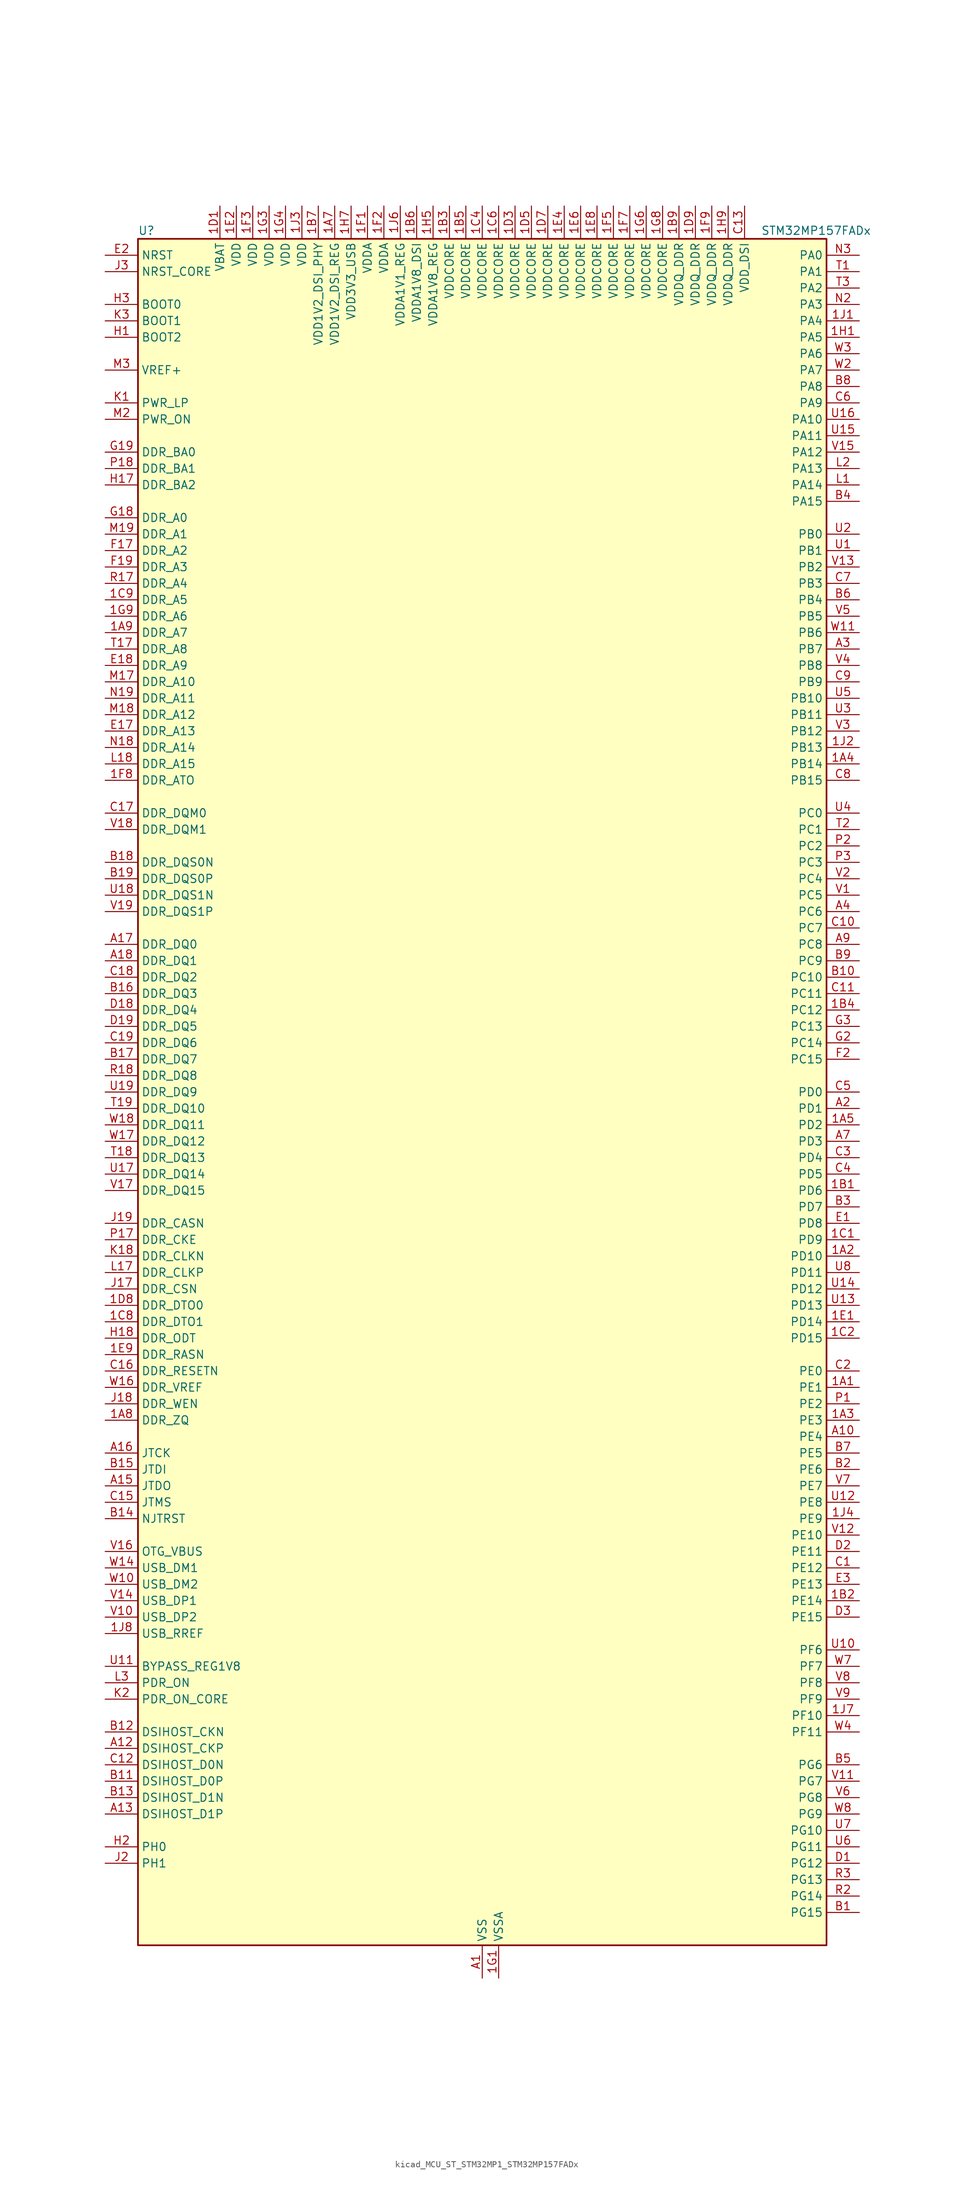
<source format=kicad_sym>
(kicad_symbol_lib
  (version 20220914)
  (generator kicad_symbol_editor)
  (symbol "kicad_MCU_ST_STM32MP1_STM32MP157FADx"
    (property "Reference" "U"
      (at -53.34 133.35 0)
      (effects (font (size 1.27 1.27)) (justify left)))
    (property "Value" "STM32MP157FADx"
      (at 43.18 133.35 0)
      (effects (font (size 1.27 1.27)) (justify left)))
    (property "ki_locked" ""
      (at 0 0 0)
      (effects (font (size 1.27 1.27))))
    (symbol "kicad_MCU_ST_STM32MP1_STM32MP157FADx_0_1"
      (rectangle (start -53.34 -132.08) (end 53.34 132.08) (stroke (width 0.254) (type default)) (fill (type background))))
    (symbol "kicad_MCU_ST_STM32MP1_STM32MP157FADx_1_1"
      (pin bidirectional line (at 58.42 -45.72 180) (length 5.08) (name "PE1" (effects (font (size 1.27 1.27)))) (number "1A1" (effects (font (size 1.27 1.27)))) (alternate "DCMI_D3" bidirectional line) (alternate "FMC_NBL1" bidirectional line) (alternate "I2S2_MCK" bidirectional line) (alternate "LPTIM1_IN2" bidirectional line) (alternate "SAI3_SD_B" bidirectional line) (alternate "UART8_TX" bidirectional line))
      (pin bidirectional line (at 58.42 -25.4 180) (length 5.08) (name "PD10" (effects (font (size 1.27 1.27)))) (number "1A2" (effects (font (size 1.27 1.27)))) (alternate "DFSDM1_CKOUT" bidirectional line) (alternate "FMC_D15" bidirectional line) (alternate "FMC_DA15" bidirectional line) (alternate "I2C5_SMBA" bidirectional line) (alternate "I2S3_SDI" bidirectional line) (alternate "LTDC_B3" bidirectional line) (alternate "RTC_REFIN" bidirectional line) (alternate "SAI3_FS_B" bidirectional line) (alternate "SPI3_MISO" bidirectional line) (alternate "TIM16_BKIN" bidirectional line) (alternate "USART3_CK" bidirectional line))
      (pin bidirectional line (at 58.42 -50.8 180) (length 5.08) (name "PE3" (effects (font (size 1.27 1.27)))) (number "1A3" (effects (font (size 1.27 1.27)))) (alternate "DEBUG_TRACED0" bidirectional line) (alternate "FMC_A19" bidirectional line) (alternate "SAI1_SD_B" bidirectional line) (alternate "SDMMC2_CK" bidirectional line) (alternate "TIM15_BKIN" bidirectional line))
      (pin bidirectional line (at 58.42 50.8 180) (length 5.08) (name "PB14" (effects (font (size 1.27 1.27)))) (number "1A4" (effects (font (size 1.27 1.27)))) (alternate "DFSDM1_DATIN2" bidirectional line) (alternate "I2S2_SDI" bidirectional line) (alternate "SDMMC2_D0" bidirectional line) (alternate "SPI2_MISO" bidirectional line) (alternate "TIM12_CH1" bidirectional line) (alternate "TIM1_CH2N" bidirectional line) (alternate "TIM8_CH2N" bidirectional line) (alternate "USART1_TX" bidirectional line) (alternate "USART3_DE" bidirectional line) (alternate "USART3_RTS" bidirectional line))
      (pin bidirectional line (at 58.42 -5.08 180) (length 5.08) (name "PD2" (effects (font (size 1.27 1.27)))) (number "1A5" (effects (font (size 1.27 1.27)))) (alternate "DCMI_D11" bidirectional line) (alternate "I2C5_SMBA" bidirectional line) (alternate "SDMMC1_CMD" bidirectional line) (alternate "TIM3_ETR" bidirectional line) (alternate "UART4_RX" bidirectional line) (alternate "UART5_RX" bidirectional line))
      (pin passive line (at 0 -137.16 90) (length 5.08) hide (name "VSS" (effects (font (size 1.27 1.27)))) (number "1A6" (effects (font (size 1.27 1.27)))))
      (pin power_in line (at -22.86 137.16 270) (length 5.08) (name "VDD1V2_DSI_REG" (effects (font (size 1.27 1.27)))) (number "1A7" (effects (font (size 1.27 1.27)))))
      (pin bidirectional line (at -58.42 -50.8 0) (length 5.08) (name "DDR_ZQ" (effects (font (size 1.27 1.27)))) (number "1A8" (effects (font (size 1.27 1.27)))) (alternate "DDR_ZQ" bidirectional line))
      (pin bidirectional line (at -58.42 71.12 0) (length 5.08) (name "DDR_A7" (effects (font (size 1.27 1.27)))) (number "1A9" (effects (font (size 1.27 1.27)))) (alternate "DDR_A7" bidirectional line))
      (pin bidirectional line (at 58.42 -15.24 180) (length 5.08) (name "PD6" (effects (font (size 1.27 1.27)))) (number "1B1" (effects (font (size 1.27 1.27)))) (alternate "DCMI_D10" bidirectional line) (alternate "DFSDM1_CKIN4" bidirectional line) (alternate "DFSDM1_DATIN1" bidirectional line) (alternate "FMC_NWAIT" bidirectional line) (alternate "I2S3_SDO" bidirectional line) (alternate "LTDC_B2" bidirectional line) (alternate "SAI1_D1" bidirectional line) (alternate "SAI1_SD_A" bidirectional line) (alternate "SPI3_MOSI" bidirectional line) (alternate "TIM16_CH1N" bidirectional line) (alternate "USART2_RX" bidirectional line))
      (pin bidirectional line (at 58.42 -78.74 180) (length 5.08) (name "PE14" (effects (font (size 1.27 1.27)))) (number "1B2" (effects (font (size 1.27 1.27)))) (alternate "FMC_D11" bidirectional line) (alternate "FMC_DA11" bidirectional line) (alternate "LTDC_CLK" bidirectional line) (alternate "LTDC_G0" bidirectional line) (alternate "SAI2_MCLK_B" bidirectional line) (alternate "SDMMC1_D123DIR" bidirectional line) (alternate "SPI4_MOSI" bidirectional line) (alternate "TIM1_CH4" bidirectional line) (alternate "UART8_DE" bidirectional line) (alternate "UART8_RTS" bidirectional line))
      (pin power_in line (at -5.08 137.16 270) (length 5.08) (name "VDDCORE" (effects (font (size 1.27 1.27)))) (number "1B3" (effects (font (size 1.27 1.27)))))
      (pin bidirectional line (at 58.42 12.7 180) (length 5.08) (name "PC12" (effects (font (size 1.27 1.27)))) (number "1B4" (effects (font (size 1.27 1.27)))) (alternate "DCMI_D9" bidirectional line) (alternate "DEBUG_TRACECLK" bidirectional line) (alternate "I2S3_SDO" bidirectional line) (alternate "RCC_MCO_2" bidirectional line) (alternate "SAI4_D3" bidirectional line) (alternate "SAI4_SD_B" bidirectional line) (alternate "SDMMC1_CK" bidirectional line) (alternate "SPI3_MOSI" bidirectional line) (alternate "UART5_TX" bidirectional line) (alternate "USART3_CK" bidirectional line))
      (pin power_in line (at -2.54 137.16 270) (length 5.08) (name "VDDCORE" (effects (font (size 1.27 1.27)))) (number "1B5" (effects (font (size 1.27 1.27)))))
      (pin power_in line (at -10.16 137.16 270) (length 5.08) (name "VDDA1V8_DSI" (effects (font (size 1.27 1.27)))) (number "1B6" (effects (font (size 1.27 1.27)))))
      (pin power_in line (at -25.4 137.16 270) (length 5.08) (name "VDD1V2_DSI_PHY" (effects (font (size 1.27 1.27)))) (number "1B7" (effects (font (size 1.27 1.27)))))
      (pin passive line (at 0 -137.16 90) (length 5.08) hide (name "VSS" (effects (font (size 1.27 1.27)))) (number "1B8" (effects (font (size 1.27 1.27)))))
      (pin power_in line (at 30.48 137.16 270) (length 5.08) (name "VDDQ_DDR" (effects (font (size 1.27 1.27)))) (number "1B9" (effects (font (size 1.27 1.27)))))
      (pin bidirectional line (at 58.42 -22.86 180) (length 5.08) (name "PD9" (effects (font (size 1.27 1.27)))) (number "1C1" (effects (font (size 1.27 1.27)))) (alternate "DAC1_EXTI9" bidirectional line) (alternate "DCMI_HSYNC" bidirectional line) (alternate "DFSDM1_DATIN3" bidirectional line) (alternate "FMC_D14" bidirectional line) (alternate "FMC_DA14" bidirectional line) (alternate "LTDC_B0" bidirectional line) (alternate "SAI3_SD_B" bidirectional line) (alternate "USART3_RX" bidirectional line))
      (pin bidirectional line (at 58.42 -38.1 180) (length 5.08) (name "PD15" (effects (font (size 1.27 1.27)))) (number "1C2" (effects (font (size 1.27 1.27)))) (alternate "ADC1_EXTI15" bidirectional line) (alternate "ADC2_EXTI15" bidirectional line) (alternate "FMC_D1" bidirectional line) (alternate "FMC_DA1" bidirectional line) (alternate "LTDC_R1" bidirectional line) (alternate "SAI3_MCLK_A" bidirectional line) (alternate "TIM4_CH4" bidirectional line) (alternate "UART8_CTS" bidirectional line))
      (pin passive line (at 0 -137.16 90) (length 5.08) hide (name "VSS" (effects (font (size 1.27 1.27)))) (number "1C3" (effects (font (size 1.27 1.27)))))
      (pin power_in line (at 0 137.16 270) (length 5.08) (name "VDDCORE" (effects (font (size 1.27 1.27)))) (number "1C4" (effects (font (size 1.27 1.27)))))
      (pin passive line (at 0 -137.16 90) (length 5.08) hide (name "VSS" (effects (font (size 1.27 1.27)))) (number "1C5" (effects (font (size 1.27 1.27)))))
      (pin power_in line (at 2.54 137.16 270) (length 5.08) (name "VDDCORE" (effects (font (size 1.27 1.27)))) (number "1C6" (effects (font (size 1.27 1.27)))))
      (pin passive line (at 0 -137.16 90) (length 5.08) hide (name "VSS" (effects (font (size 1.27 1.27)))) (number "1C7" (effects (font (size 1.27 1.27)))))
      (pin bidirectional line (at -58.42 -35.56 0) (length 5.08) (name "DDR_DTO1" (effects (font (size 1.27 1.27)))) (number "1C8" (effects (font (size 1.27 1.27)))) (alternate "DDR_DTO1" bidirectional line))
      (pin bidirectional line (at -58.42 76.2 0) (length 5.08) (name "DDR_A5" (effects (font (size 1.27 1.27)))) (number "1C9" (effects (font (size 1.27 1.27)))) (alternate "DDR_A5" bidirectional line))
      (pin power_in line (at -40.64 137.16 270) (length 5.08) (name "VBAT" (effects (font (size 1.27 1.27)))) (number "1D1" (effects (font (size 1.27 1.27)))))
      (pin passive line (at 0 -137.16 90) (length 5.08) hide (name "VSS" (effects (font (size 1.27 1.27)))) (number "1D2" (effects (font (size 1.27 1.27)))))
      (pin power_in line (at 5.08 137.16 270) (length 5.08) (name "VDDCORE" (effects (font (size 1.27 1.27)))) (number "1D3" (effects (font (size 1.27 1.27)))))
      (pin passive line (at 0 -137.16 90) (length 5.08) hide (name "VSS" (effects (font (size 1.27 1.27)))) (number "1D4" (effects (font (size 1.27 1.27)))))
      (pin power_in line (at 7.62 137.16 270) (length 5.08) (name "VDDCORE" (effects (font (size 1.27 1.27)))) (number "1D5" (effects (font (size 1.27 1.27)))))
      (pin passive line (at 0 -137.16 90) (length 5.08) hide (name "VSS" (effects (font (size 1.27 1.27)))) (number "1D6" (effects (font (size 1.27 1.27)))))
      (pin power_in line (at 10.16 137.16 270) (length 5.08) (name "VDDCORE" (effects (font (size 1.27 1.27)))) (number "1D7" (effects (font (size 1.27 1.27)))))
      (pin bidirectional line (at -58.42 -33.02 0) (length 5.08) (name "DDR_DTO0" (effects (font (size 1.27 1.27)))) (number "1D8" (effects (font (size 1.27 1.27)))) (alternate "DDR_DTO0" bidirectional line))
      (pin power_in line (at 33.02 137.16 270) (length 5.08) (name "VDDQ_DDR" (effects (font (size 1.27 1.27)))) (number "1D9" (effects (font (size 1.27 1.27)))))
      (pin bidirectional line (at 58.42 -35.56 180) (length 5.08) (name "PD14" (effects (font (size 1.27 1.27)))) (number "1E1" (effects (font (size 1.27 1.27)))) (alternate "FMC_D0" bidirectional line) (alternate "FMC_DA0" bidirectional line) (alternate "SAI3_MCLK_B" bidirectional line) (alternate "TIM4_CH3" bidirectional line) (alternate "UART8_CTS" bidirectional line))
      (pin power_in line (at -38.1 137.16 270) (length 5.08) (name "VDD" (effects (font (size 1.27 1.27)))) (number "1E2" (effects (font (size 1.27 1.27)))))
      (pin passive line (at 0 -137.16 90) (length 5.08) hide (name "VSS" (effects (font (size 1.27 1.27)))) (number "1E3" (effects (font (size 1.27 1.27)))))
      (pin power_in line (at 12.7 137.16 270) (length 5.08) (name "VDDCORE" (effects (font (size 1.27 1.27)))) (number "1E4" (effects (font (size 1.27 1.27)))))
      (pin passive line (at 0 -137.16 90) (length 5.08) hide (name "VSS" (effects (font (size 1.27 1.27)))) (number "1E5" (effects (font (size 1.27 1.27)))))
      (pin power_in line (at 15.24 137.16 270) (length 5.08) (name "VDDCORE" (effects (font (size 1.27 1.27)))) (number "1E6" (effects (font (size 1.27 1.27)))))
      (pin passive line (at 0 -137.16 90) (length 5.08) hide (name "VSS" (effects (font (size 1.27 1.27)))) (number "1E7" (effects (font (size 1.27 1.27)))))
      (pin power_in line (at 17.78 137.16 270) (length 5.08) (name "VDDCORE" (effects (font (size 1.27 1.27)))) (number "1E8" (effects (font (size 1.27 1.27)))))
      (pin bidirectional line (at -58.42 -40.64 0) (length 5.08) (name "DDR_RASN" (effects (font (size 1.27 1.27)))) (number "1E9" (effects (font (size 1.27 1.27)))) (alternate "DDR_RASN" bidirectional line))
      (pin power_in line (at -17.78 137.16 270) (length 5.08) (name "VDDA" (effects (font (size 1.27 1.27)))) (number "1F1" (effects (font (size 1.27 1.27)))))
      (pin power_in line (at -15.24 137.16 270) (length 5.08) (name "VDDA" (effects (font (size 1.27 1.27)))) (number "1F2" (effects (font (size 1.27 1.27)))))
      (pin power_in line (at -35.56 137.16 270) (length 5.08) (name "VDD" (effects (font (size 1.27 1.27)))) (number "1F3" (effects (font (size 1.27 1.27)))))
      (pin passive line (at 0 -137.16 90) (length 5.08) hide (name "VSS" (effects (font (size 1.27 1.27)))) (number "1F4" (effects (font (size 1.27 1.27)))))
      (pin power_in line (at 20.32 137.16 270) (length 5.08) (name "VDDCORE" (effects (font (size 1.27 1.27)))) (number "1F5" (effects (font (size 1.27 1.27)))))
      (pin passive line (at 0 -137.16 90) (length 5.08) hide (name "VSS" (effects (font (size 1.27 1.27)))) (number "1F6" (effects (font (size 1.27 1.27)))))
      (pin power_in line (at 22.86 137.16 270) (length 5.08) (name "VDDCORE" (effects (font (size 1.27 1.27)))) (number "1F7" (effects (font (size 1.27 1.27)))))
      (pin bidirectional line (at -58.42 48.26 0) (length 5.08) (name "DDR_ATO" (effects (font (size 1.27 1.27)))) (number "1F8" (effects (font (size 1.27 1.27)))) (alternate "DDR_ATO" bidirectional line))
      (pin power_in line (at 35.56 137.16 270) (length 5.08) (name "VDDQ_DDR" (effects (font (size 1.27 1.27)))) (number "1F9" (effects (font (size 1.27 1.27)))))
      (pin power_in line (at 2.54 -137.16 90) (length 5.08) (name "VSSA" (effects (font (size 1.27 1.27)))) (number "1G1" (effects (font (size 1.27 1.27)))))
      (pin passive line (at 0 -137.16 90) (length 5.08) hide (name "VSS" (effects (font (size 1.27 1.27)))) (number "1G2" (effects (font (size 1.27 1.27)))))
      (pin power_in line (at -33.02 137.16 270) (length 5.08) (name "VDD" (effects (font (size 1.27 1.27)))) (number "1G3" (effects (font (size 1.27 1.27)))))
      (pin power_in line (at -30.48 137.16 270) (length 5.08) (name "VDD" (effects (font (size 1.27 1.27)))) (number "1G4" (effects (font (size 1.27 1.27)))))
      (pin passive line (at 0 -137.16 90) (length 5.08) hide (name "VSS" (effects (font (size 1.27 1.27)))) (number "1G5" (effects (font (size 1.27 1.27)))))
      (pin power_in line (at 25.4 137.16 270) (length 5.08) (name "VDDCORE" (effects (font (size 1.27 1.27)))) (number "1G6" (effects (font (size 1.27 1.27)))))
      (pin passive line (at 0 -137.16 90) (length 5.08) hide (name "VSS" (effects (font (size 1.27 1.27)))) (number "1G7" (effects (font (size 1.27 1.27)))))
      (pin power_in line (at 27.94 137.16 270) (length 5.08) (name "VDDCORE" (effects (font (size 1.27 1.27)))) (number "1G8" (effects (font (size 1.27 1.27)))))
      (pin bidirectional line (at -58.42 73.66 0) (length 5.08) (name "DDR_A6" (effects (font (size 1.27 1.27)))) (number "1G9" (effects (font (size 1.27 1.27)))) (alternate "DDR_A6" bidirectional line))
      (pin bidirectional line (at 58.42 116.84 180) (length 5.08) (name "PA5" (effects (font (size 1.27 1.27)))) (number "1H1" (effects (font (size 1.27 1.27)))) (alternate "ADC1_INN18" bidirectional line) (alternate "ADC1_INP19" bidirectional line) (alternate "ADC2_INN18" bidirectional line) (alternate "ADC2_INP19" bidirectional line) (alternate "DAC1_OUT2" bidirectional line) (alternate "I2S1_CK" bidirectional line) (alternate "LTDC_R4" bidirectional line) (alternate "SAI4_CK1" bidirectional line) (alternate "SAI4_MCLK_A" bidirectional line) (alternate "SPI1_SCK" bidirectional line) (alternate "SPI6_SCK" bidirectional line) (alternate "TIM2_CH1" bidirectional line) (alternate "TIM2_ETR" bidirectional line) (alternate "TIM8_CH1N" bidirectional line))
      (pin passive line (at 0 -137.16 90) (length 5.08) hide (name "VSS" (effects (font (size 1.27 1.27)))) (number "1H2" (effects (font (size 1.27 1.27)))))
      (pin passive line (at 0 -137.16 90) (length 5.08) hide (name "VSS" (effects (font (size 1.27 1.27)))) (number "1H3" (effects (font (size 1.27 1.27)))))
      (pin passive line (at 0 -137.16 90) (length 5.08) hide (name "VSS" (effects (font (size 1.27 1.27)))) (number "1H4" (effects (font (size 1.27 1.27)))))
      (pin power_in line (at -7.62 137.16 270) (length 5.08) (name "VDDA1V8_REG" (effects (font (size 1.27 1.27)))) (number "1H5" (effects (font (size 1.27 1.27)))))
      (pin passive line (at 0 -137.16 90) (length 5.08) hide (name "VSS" (effects (font (size 1.27 1.27)))) (number "1H6" (effects (font (size 1.27 1.27)))))
      (pin power_in line (at -20.32 137.16 270) (length 5.08) (name "VDD3V3_USB" (effects (font (size 1.27 1.27)))) (number "1H7" (effects (font (size 1.27 1.27)))))
      (pin passive line (at 0 -137.16 90) (length 5.08) hide (name "VSS" (effects (font (size 1.27 1.27)))) (number "1H8" (effects (font (size 1.27 1.27)))))
      (pin power_in line (at 38.1 137.16 270) (length 5.08) (name "VDDQ_DDR" (effects (font (size 1.27 1.27)))) (number "1H9" (effects (font (size 1.27 1.27)))))
      (pin bidirectional line (at 58.42 119.38 180) (length 5.08) (name "PA4" (effects (font (size 1.27 1.27)))) (number "1J1" (effects (font (size 1.27 1.27)))) (alternate "ADC1_INP18" bidirectional line) (alternate "ADC2_INP18" bidirectional line) (alternate "DAC1_OUT1" bidirectional line) (alternate "DCMI_HSYNC" bidirectional line) (alternate "HDP_HDP0" bidirectional line) (alternate "I2S1_WS" bidirectional line) (alternate "I2S3_WS" bidirectional line) (alternate "LTDC_VSYNC" bidirectional line) (alternate "SAI4_D2" bidirectional line) (alternate "SAI4_FS_A" bidirectional line) (alternate "SPI1_NSS" bidirectional line) (alternate "SPI3_NSS" bidirectional line) (alternate "SPI6_NSS" bidirectional line) (alternate "TIM5_ETR" bidirectional line) (alternate "USART2_CK" bidirectional line))
      (pin bidirectional line (at 58.42 53.34 180) (length 5.08) (name "PB13" (effects (font (size 1.27 1.27)))) (number "1J2" (effects (font (size 1.27 1.27)))) (alternate "DFSDM1_CKIN1" bidirectional line) (alternate "DFSDM1_CKOUT" bidirectional line) (alternate "ETH1_TXD1" bidirectional line) (alternate "FDCAN2_TX" bidirectional line) (alternate "I2S2_CK" bidirectional line) (alternate "LPTIM2_OUT" bidirectional line) (alternate "SPI2_SCK" bidirectional line) (alternate "TIM1_CH1N" bidirectional line) (alternate "UART5_TX" bidirectional line) (alternate "USART3_CTS" bidirectional line) (alternate "USART3_NSS" bidirectional line))
      (pin power_in line (at -27.94 137.16 270) (length 5.08) (name "VDD" (effects (font (size 1.27 1.27)))) (number "1J3" (effects (font (size 1.27 1.27)))))
      (pin bidirectional line (at 58.42 -66.04 180) (length 5.08) (name "PE9" (effects (font (size 1.27 1.27)))) (number "1J4" (effects (font (size 1.27 1.27)))) (alternate "DAC1_EXTI9" bidirectional line) (alternate "DFSDM1_CKOUT" bidirectional line) (alternate "FMC_D6" bidirectional line) (alternate "FMC_DA6" bidirectional line) (alternate "QUADSPI_BK2_IO2" bidirectional line) (alternate "TIM1_CH1" bidirectional line) (alternate "UART7_DE" bidirectional line) (alternate "UART7_RTS" bidirectional line))
      (pin passive line (at 0 -137.16 90) (length 5.08) hide (name "VSS" (effects (font (size 1.27 1.27)))) (number "1J5" (effects (font (size 1.27 1.27)))))
      (pin power_in line (at -12.7 137.16 270) (length 5.08) (name "VDDA1V1_REG" (effects (font (size 1.27 1.27)))) (number "1J6" (effects (font (size 1.27 1.27)))))
      (pin bidirectional line (at 58.42 -96.52 180) (length 5.08) (name "PF10" (effects (font (size 1.27 1.27)))) (number "1J7" (effects (font (size 1.27 1.27)))) (alternate "DCMI_D11" bidirectional line) (alternate "LTDC_DE" bidirectional line) (alternate "QUADSPI_CLK" bidirectional line) (alternate "SAI1_D3" bidirectional line) (alternate "SAI1_D4" bidirectional line) (alternate "SAI4_D3" bidirectional line) (alternate "SAI4_D4" bidirectional line) (alternate "TIM16_BKIN" bidirectional line))
      (pin bidirectional line (at -58.42 -83.82 0) (length 5.08) (name "USB_RREF" (effects (font (size 1.27 1.27)))) (number "1J8" (effects (font (size 1.27 1.27)))))
      (pin passive line (at 0 -137.16 90) (length 5.08) hide (name "VSS" (effects (font (size 1.27 1.27)))) (number "1J9" (effects (font (size 1.27 1.27)))))
      (pin power_in line (at 0 -137.16 90) (length 5.08) (name "VSS" (effects (font (size 1.27 1.27)))) (number "A1" (effects (font (size 1.27 1.27)))))
      (pin bidirectional line (at 58.42 -53.34 180) (length 5.08) (name "PE4" (effects (font (size 1.27 1.27)))) (number "A10" (effects (font (size 1.27 1.27)))) (alternate "DCMI_D4" bidirectional line) (alternate "DEBUG_TRACED1" bidirectional line) (alternate "DFSDM1_DATIN3" bidirectional line) (alternate "FMC_A20" bidirectional line) (alternate "LTDC_B0" bidirectional line) (alternate "SAI1_D2" bidirectional line) (alternate "SAI1_FS_A" bidirectional line) (alternate "SDMMC1_CKIN" bidirectional line) (alternate "SDMMC1_D4" bidirectional line) (alternate "SDMMC2_CKIN" bidirectional line) (alternate "SDMMC2_D4" bidirectional line) (alternate "SPI4_NSS" bidirectional line) (alternate "TIM15_CH1N" bidirectional line))
      (pin bidirectional line (at -58.42 -101.6 0) (length 5.08) (name "DSIHOST_CKP" (effects (font (size 1.27 1.27)))) (number "A12" (effects (font (size 1.27 1.27)))) (alternate "DSIHOST_CKP" bidirectional line))
      (pin bidirectional line (at -58.42 -111.76 0) (length 5.08) (name "DSIHOST_D1P" (effects (font (size 1.27 1.27)))) (number "A13" (effects (font (size 1.27 1.27)))) (alternate "DSIHOST_D1P" bidirectional line))
      (pin bidirectional line (at -58.42 -60.96 0) (length 5.08) (name "JTDO" (effects (font (size 1.27 1.27)))) (number "A15" (effects (font (size 1.27 1.27)))) (alternate "DEBUG_JTDO-SWO" bidirectional line))
      (pin bidirectional line (at -58.42 -55.88 0) (length 5.08) (name "JTCK" (effects (font (size 1.27 1.27)))) (number "A16" (effects (font (size 1.27 1.27)))) (alternate "DEBUG_JTCK-SWCLK" bidirectional line))
      (pin bidirectional line (at -58.42 22.86 0) (length 5.08) (name "DDR_DQ0" (effects (font (size 1.27 1.27)))) (number "A17" (effects (font (size 1.27 1.27)))) (alternate "DDR_DQ0" bidirectional line))
      (pin bidirectional line (at -58.42 20.32 0) (length 5.08) (name "DDR_DQ1" (effects (font (size 1.27 1.27)))) (number "A18" (effects (font (size 1.27 1.27)))) (alternate "DDR_DQ1" bidirectional line))
      (pin passive line (at 0 -137.16 90) (length 5.08) hide (name "VSS" (effects (font (size 1.27 1.27)))) (number "A19" (effects (font (size 1.27 1.27)))))
      (pin bidirectional line (at 58.42 -2.54 180) (length 5.08) (name "PD1" (effects (font (size 1.27 1.27)))) (number "A2" (effects (font (size 1.27 1.27)))) (alternate "DFSDM1_CKIN7" bidirectional line) (alternate "DFSDM1_DATIN6" bidirectional line) (alternate "FDCAN1_TX" bidirectional line) (alternate "FMC_D3" bidirectional line) (alternate "FMC_DA3" bidirectional line) (alternate "I2C5_SCL" bidirectional line) (alternate "I2C6_SCL" bidirectional line) (alternate "SAI3_SD_A" bidirectional line) (alternate "SDMMC3_D0" bidirectional line) (alternate "UART4_TX" bidirectional line))
      (pin bidirectional line (at 58.42 68.58 180) (length 5.08) (name "PB7" (effects (font (size 1.27 1.27)))) (number "A3" (effects (font (size 1.27 1.27)))) (alternate "DCMI_VSYNC" bidirectional line) (alternate "DFSDM1_CKIN5" bidirectional line) (alternate "FMC_NL" bidirectional line) (alternate "I2C1_SDA" bidirectional line) (alternate "I2C4_SDA" bidirectional line) (alternate "SDMMC2_D1" bidirectional line) (alternate "TIM17_CH1N" bidirectional line) (alternate "TIM4_CH2" bidirectional line) (alternate "USART1_RX" bidirectional line))
      (pin bidirectional line (at 58.42 27.94 180) (length 5.08) (name "PC6" (effects (font (size 1.27 1.27)))) (number "A4" (effects (font (size 1.27 1.27)))) (alternate "DCMI_D0" bidirectional line) (alternate "DFSDM1_CKIN3" bidirectional line) (alternate "DSIHOST_TE" bidirectional line) (alternate "HDP_HDP1" bidirectional line) (alternate "I2S2_MCK" bidirectional line) (alternate "LTDC_HSYNC" bidirectional line) (alternate "SDMMC1_D0DIR" bidirectional line) (alternate "SDMMC1_D6" bidirectional line) (alternate "SDMMC2_D0DIR" bidirectional line) (alternate "SDMMC2_D6" bidirectional line) (alternate "TIM3_CH1" bidirectional line) (alternate "TIM8_CH1" bidirectional line) (alternate "USART6_TX" bidirectional line))
      (pin passive line (at 0 -137.16 90) (length 5.08) hide (name "VSS" (effects (font (size 1.27 1.27)))) (number "A6" (effects (font (size 1.27 1.27)))))
      (pin bidirectional line (at 58.42 -7.62 180) (length 5.08) (name "PD3" (effects (font (size 1.27 1.27)))) (number "A7" (effects (font (size 1.27 1.27)))) (alternate "DCMI_D5" bidirectional line) (alternate "DFSDM1_CKOUT" bidirectional line) (alternate "DFSDM1_DATIN0" bidirectional line) (alternate "FMC_CLK" bidirectional line) (alternate "HDP_HDP5" bidirectional line) (alternate "I2S2_CK" bidirectional line) (alternate "LTDC_G7" bidirectional line) (alternate "SDMMC1_D123DIR" bidirectional line) (alternate "SDMMC1_D7" bidirectional line) (alternate "SDMMC2_D123DIR" bidirectional line) (alternate "SDMMC2_D7" bidirectional line) (alternate "SPI2_SCK" bidirectional line) (alternate "USART2_CTS" bidirectional line) (alternate "USART2_NSS" bidirectional line))
      (pin bidirectional line (at 58.42 22.86 180) (length 5.08) (name "PC8" (effects (font (size 1.27 1.27)))) (number "A9" (effects (font (size 1.27 1.27)))) (alternate "DCMI_D2" bidirectional line) (alternate "DEBUG_TRACED0" bidirectional line) (alternate "SDMMC1_D0" bidirectional line) (alternate "TIM3_CH3" bidirectional line) (alternate "TIM8_CH3" bidirectional line) (alternate "UART4_TX" bidirectional line) (alternate "UART5_DE" bidirectional line) (alternate "UART5_RTS" bidirectional line) (alternate "USART6_CK" bidirectional line))
      (pin bidirectional line (at 58.42 -127 180) (length 5.08) (name "PG15" (effects (font (size 1.27 1.27)))) (number "B1" (effects (font (size 1.27 1.27)))) (alternate "ADC1_EXTI15" bidirectional line) (alternate "ADC2_EXTI15" bidirectional line) (alternate "DCMI_D13" bidirectional line) (alternate "DEBUG_TRACED7" bidirectional line) (alternate "I2C2_SDA" bidirectional line) (alternate "SAI1_D2" bidirectional line) (alternate "SAI1_FS_A" bidirectional line) (alternate "SDMMC3_CK" bidirectional line) (alternate "USART6_CTS" bidirectional line) (alternate "USART6_NSS" bidirectional line))
      (pin bidirectional line (at 58.42 17.78 180) (length 5.08) (name "PC10" (effects (font (size 1.27 1.27)))) (number "B10" (effects (font (size 1.27 1.27)))) (alternate "DCMI_D8" bidirectional line) (alternate "DEBUG_TRACED2" bidirectional line) (alternate "DFSDM1_CKIN5" bidirectional line) (alternate "I2S3_CK" bidirectional line) (alternate "LTDC_R2" bidirectional line) (alternate "QUADSPI_BK1_IO1" bidirectional line) (alternate "SAI4_MCLK_B" bidirectional line) (alternate "SDMMC1_D2" bidirectional line) (alternate "SPI3_SCK" bidirectional line) (alternate "UART4_TX" bidirectional line) (alternate "USART3_TX" bidirectional line))
      (pin bidirectional line (at -58.42 -106.68 0) (length 5.08) (name "DSIHOST_D0P" (effects (font (size 1.27 1.27)))) (number "B11" (effects (font (size 1.27 1.27)))) (alternate "DSIHOST_D0P" bidirectional line))
      (pin bidirectional line (at -58.42 -99.06 0) (length 5.08) (name "DSIHOST_CKN" (effects (font (size 1.27 1.27)))) (number "B12" (effects (font (size 1.27 1.27)))) (alternate "DSIHOST_CKN" bidirectional line))
      (pin bidirectional line (at -58.42 -109.22 0) (length 5.08) (name "DSIHOST_D1N" (effects (font (size 1.27 1.27)))) (number "B13" (effects (font (size 1.27 1.27)))) (alternate "DSIHOST_D1N" bidirectional line))
      (pin bidirectional line (at -58.42 -66.04 0) (length 5.08) (name "NJTRST" (effects (font (size 1.27 1.27)))) (number "B14" (effects (font (size 1.27 1.27)))) (alternate "DEBUG_JTRST" bidirectional line))
      (pin bidirectional line (at -58.42 -58.42 0) (length 5.08) (name "JTDI" (effects (font (size 1.27 1.27)))) (number "B15" (effects (font (size 1.27 1.27)))) (alternate "DEBUG_JTDI" bidirectional line))
      (pin bidirectional line (at -58.42 15.24 0) (length 5.08) (name "DDR_DQ3" (effects (font (size 1.27 1.27)))) (number "B16" (effects (font (size 1.27 1.27)))) (alternate "DDR_DQ3" bidirectional line))
      (pin bidirectional line (at -58.42 5.08 0) (length 5.08) (name "DDR_DQ7" (effects (font (size 1.27 1.27)))) (number "B17" (effects (font (size 1.27 1.27)))) (alternate "DDR_DQ7" bidirectional line))
      (pin bidirectional line (at -58.42 35.56 0) (length 5.08) (name "DDR_DQS0N" (effects (font (size 1.27 1.27)))) (number "B18" (effects (font (size 1.27 1.27)))) (alternate "DDR_DQS0N" bidirectional line))
      (pin bidirectional line (at -58.42 33.02 0) (length 5.08) (name "DDR_DQS0P" (effects (font (size 1.27 1.27)))) (number "B19" (effects (font (size 1.27 1.27)))) (alternate "DDR_DQS0P" bidirectional line))
      (pin bidirectional line (at 58.42 -58.42 180) (length 5.08) (name "PE6" (effects (font (size 1.27 1.27)))) (number "B2" (effects (font (size 1.27 1.27)))) (alternate "DCMI_D7" bidirectional line) (alternate "DEBUG_TRACED2" bidirectional line) (alternate "FMC_A22" bidirectional line) (alternate "LTDC_G1" bidirectional line) (alternate "SAI1_D1" bidirectional line) (alternate "SAI1_SD_A" bidirectional line) (alternate "SAI2_MCLK_B" bidirectional line) (alternate "SDMMC1_D2" bidirectional line) (alternate "SDMMC2_D0" bidirectional line) (alternate "SPI4_MOSI" bidirectional line) (alternate "TIM15_CH2" bidirectional line) (alternate "TIM1_BKIN2" bidirectional line))
      (pin bidirectional line (at 58.42 -17.78 180) (length 5.08) (name "PD7" (effects (font (size 1.27 1.27)))) (number "B3" (effects (font (size 1.27 1.27)))) (alternate "DEBUG_TRACED6" bidirectional line) (alternate "DFSDM1_CKIN1" bidirectional line) (alternate "DFSDM1_DATIN4" bidirectional line) (alternate "FMC_NE1" bidirectional line) (alternate "I2C2_SCL" bidirectional line) (alternate "SDMMC3_D3" bidirectional line) (alternate "SPDIFRX_IN0" bidirectional line) (alternate "USART2_CK" bidirectional line))
      (pin bidirectional line (at 58.42 91.44 180) (length 5.08) (name "PA15" (effects (font (size 1.27 1.27)))) (number "B4" (effects (font (size 1.27 1.27)))) (alternate "ADC1_EXTI15" bidirectional line) (alternate "ADC2_EXTI15" bidirectional line) (alternate "CEC" bidirectional line) (alternate "DEBUG_DBTRGI" bidirectional line) (alternate "I2S1_WS" bidirectional line) (alternate "I2S3_WS" bidirectional line) (alternate "LTDC_R1" bidirectional line) (alternate "SAI4_D2" bidirectional line) (alternate "SAI4_FS_A" bidirectional line) (alternate "SDMMC1_CDIR" bidirectional line) (alternate "SDMMC1_D5" bidirectional line) (alternate "SDMMC2_CDIR" bidirectional line) (alternate "SDMMC2_D5" bidirectional line) (alternate "SPI1_NSS" bidirectional line) (alternate "SPI3_NSS" bidirectional line) (alternate "SPI6_NSS" bidirectional line) (alternate "TIM2_CH1" bidirectional line) (alternate "TIM2_ETR" bidirectional line) (alternate "UART4_DE" bidirectional line) (alternate "UART4_RTS" bidirectional line) (alternate "UART7_TX" bidirectional line))
      (pin bidirectional line (at 58.42 -104.14 180) (length 5.08) (name "PG6" (effects (font (size 1.27 1.27)))) (number "B5" (effects (font (size 1.27 1.27)))) (alternate "DCMI_D12" bidirectional line) (alternate "DEBUG_TRACED14" bidirectional line) (alternate "LTDC_R7" bidirectional line) (alternate "SDMMC2_CMD" bidirectional line) (alternate "TIM17_BKIN" bidirectional line))
      (pin bidirectional line (at 58.42 76.2 180) (length 5.08) (name "PB4" (effects (font (size 1.27 1.27)))) (number "B6" (effects (font (size 1.27 1.27)))) (alternate "DEBUG_TRACED8" bidirectional line) (alternate "I2S1_SDI" bidirectional line) (alternate "I2S2_WS" bidirectional line) (alternate "I2S3_SDI" bidirectional line) (alternate "SAI4_CK2" bidirectional line) (alternate "SAI4_SCK_A" bidirectional line) (alternate "SDMMC2_D3" bidirectional line) (alternate "SPI1_MISO" bidirectional line) (alternate "SPI2_NSS" bidirectional line) (alternate "SPI3_MISO" bidirectional line) (alternate "SPI6_MISO" bidirectional line) (alternate "TIM16_BKIN" bidirectional line) (alternate "TIM3_CH1" bidirectional line) (alternate "UART7_TX" bidirectional line))
      (pin bidirectional line (at 58.42 -55.88 180) (length 5.08) (name "PE5" (effects (font (size 1.27 1.27)))) (number "B7" (effects (font (size 1.27 1.27)))) (alternate "DCMI_D6" bidirectional line) (alternate "DEBUG_TRACED3" bidirectional line) (alternate "DFSDM1_CKIN3" bidirectional line) (alternate "FMC_A21" bidirectional line) (alternate "LTDC_G0" bidirectional line) (alternate "SAI1_CK2" bidirectional line) (alternate "SAI1_SCK_A" bidirectional line) (alternate "SDMMC1_D0DIR" bidirectional line) (alternate "SDMMC1_D6" bidirectional line) (alternate "SDMMC2_D0DIR" bidirectional line) (alternate "SDMMC2_D6" bidirectional line) (alternate "SPI4_MISO" bidirectional line) (alternate "TIM15_CH1" bidirectional line))
      (pin bidirectional line (at 58.42 109.22 180) (length 5.08) (name "PA8" (effects (font (size 1.27 1.27)))) (number "B8" (effects (font (size 1.27 1.27)))) (alternate "I2C3_SCL" bidirectional line) (alternate "I2S3_SDO" bidirectional line) (alternate "LTDC_R6" bidirectional line) (alternate "RCC_MCO_1" bidirectional line) (alternate "SAI4_SD_B" bidirectional line) (alternate "SDMMC2_CKIN" bidirectional line) (alternate "SDMMC2_D4" bidirectional line) (alternate "SPI3_MOSI" bidirectional line) (alternate "TIM1_CH1" bidirectional line) (alternate "TIM8_BKIN2" bidirectional line) (alternate "UART7_RX" bidirectional line) (alternate "USART1_CK" bidirectional line) (alternate "USB_OTG_HS_SOF" bidirectional line))
      (pin bidirectional line (at 58.42 20.32 180) (length 5.08) (name "PC9" (effects (font (size 1.27 1.27)))) (number "B9" (effects (font (size 1.27 1.27)))) (alternate "DAC1_EXTI9" bidirectional line) (alternate "DCMI_D3" bidirectional line) (alternate "DEBUG_TRACED1" bidirectional line) (alternate "I2C3_SDA" bidirectional line) (alternate "I2S_CKIN" bidirectional line) (alternate "LTDC_B2" bidirectional line) (alternate "QUADSPI_BK1_IO0" bidirectional line) (alternate "SDMMC1_D1" bidirectional line) (alternate "TIM3_CH4" bidirectional line) (alternate "TIM8_CH4" bidirectional line) (alternate "UART5_CTS" bidirectional line))
      (pin bidirectional line (at 58.42 -73.66 180) (length 5.08) (name "PE12" (effects (font (size 1.27 1.27)))) (number "C1" (effects (font (size 1.27 1.27)))) (alternate "DFSDM1_DATIN5" bidirectional line) (alternate "FMC_D9" bidirectional line) (alternate "FMC_DA9" bidirectional line) (alternate "LTDC_B4" bidirectional line) (alternate "SAI2_SCK_B" bidirectional line) (alternate "SDMMC1_D0DIR" bidirectional line) (alternate "SPI4_SCK" bidirectional line) (alternate "TIM1_CH3N" bidirectional line))
      (pin bidirectional line (at 58.42 25.4 180) (length 5.08) (name "PC7" (effects (font (size 1.27 1.27)))) (number "C10" (effects (font (size 1.27 1.27)))) (alternate "DCMI_D1" bidirectional line) (alternate "DFSDM1_DATIN3" bidirectional line) (alternate "HDP_HDP4" bidirectional line) (alternate "I2S3_MCK" bidirectional line) (alternate "LTDC_G6" bidirectional line) (alternate "SDMMC1_D123DIR" bidirectional line) (alternate "SDMMC1_D7" bidirectional line) (alternate "SDMMC2_D123DIR" bidirectional line) (alternate "SDMMC2_D7" bidirectional line) (alternate "TIM3_CH2" bidirectional line) (alternate "TIM8_CH2" bidirectional line) (alternate "USART6_RX" bidirectional line))
      (pin bidirectional line (at 58.42 15.24 180) (length 5.08) (name "PC11" (effects (font (size 1.27 1.27)))) (number "C11" (effects (font (size 1.27 1.27)))) (alternate "ADC1_EXTI11" bidirectional line) (alternate "ADC2_EXTI11" bidirectional line) (alternate "DCMI_D4" bidirectional line) (alternate "DEBUG_TRACED3" bidirectional line) (alternate "DFSDM1_DATIN5" bidirectional line) (alternate "I2S3_SDI" bidirectional line) (alternate "QUADSPI_BK2_NCS" bidirectional line) (alternate "SAI4_SCK_B" bidirectional line) (alternate "SDMMC1_D3" bidirectional line) (alternate "SPI3_MISO" bidirectional line) (alternate "UART4_RX" bidirectional line) (alternate "USART3_RX" bidirectional line))
      (pin bidirectional line (at -58.42 -104.14 0) (length 5.08) (name "DSIHOST_D0N" (effects (font (size 1.27 1.27)))) (number "C12" (effects (font (size 1.27 1.27)))) (alternate "DSIHOST_D0N" bidirectional line))
      (pin power_in line (at 40.64 137.16 270) (length 5.08) (name "VDD_DSI" (effects (font (size 1.27 1.27)))) (number "C13" (effects (font (size 1.27 1.27)))))
      (pin passive line (at 0 -137.16 90) (length 5.08) hide (name "VSS" (effects (font (size 1.27 1.27)))) (number "C14" (effects (font (size 1.27 1.27)))))
      (pin bidirectional line (at -58.42 -63.5 0) (length 5.08) (name "JTMS" (effects (font (size 1.27 1.27)))) (number "C15" (effects (font (size 1.27 1.27)))) (alternate "DEBUG_JTMS-SWDIO" bidirectional line))
      (pin bidirectional line (at -58.42 -43.18 0) (length 5.08) (name "DDR_RESETN" (effects (font (size 1.27 1.27)))) (number "C16" (effects (font (size 1.27 1.27)))) (alternate "DDR_RESETN" bidirectional line))
      (pin bidirectional line (at -58.42 43.18 0) (length 5.08) (name "DDR_DQM0" (effects (font (size 1.27 1.27)))) (number "C17" (effects (font (size 1.27 1.27)))) (alternate "DDR_DQM0" bidirectional line))
      (pin bidirectional line (at -58.42 17.78 0) (length 5.08) (name "DDR_DQ2" (effects (font (size 1.27 1.27)))) (number "C18" (effects (font (size 1.27 1.27)))) (alternate "DDR_DQ2" bidirectional line))
      (pin bidirectional line (at -58.42 7.62 0) (length 5.08) (name "DDR_DQ6" (effects (font (size 1.27 1.27)))) (number "C19" (effects (font (size 1.27 1.27)))) (alternate "DDR_DQ6" bidirectional line))
      (pin bidirectional line (at 58.42 -43.18 180) (length 5.08) (name "PE0" (effects (font (size 1.27 1.27)))) (number "C2" (effects (font (size 1.27 1.27)))) (alternate "DCMI_D2" bidirectional line) (alternate "FMC_NBL0" bidirectional line) (alternate "I2S3_CK" bidirectional line) (alternate "LPTIM1_ETR" bidirectional line) (alternate "LPTIM2_ETR" bidirectional line) (alternate "SAI2_MCLK_A" bidirectional line) (alternate "SAI4_MCLK_B" bidirectional line) (alternate "SPI3_SCK" bidirectional line) (alternate "TIM4_ETR" bidirectional line) (alternate "UART8_RX" bidirectional line))
      (pin bidirectional line (at 58.42 -10.16 180) (length 5.08) (name "PD4" (effects (font (size 1.27 1.27)))) (number "C3" (effects (font (size 1.27 1.27)))) (alternate "DFSDM1_CKIN0" bidirectional line) (alternate "FMC_NOE" bidirectional line) (alternate "SAI3_FS_A" bidirectional line) (alternate "SDMMC3_D1" bidirectional line) (alternate "USART2_DE" bidirectional line) (alternate "USART2_RTS" bidirectional line))
      (pin bidirectional line (at 58.42 -12.7 180) (length 5.08) (name "PD5" (effects (font (size 1.27 1.27)))) (number "C4" (effects (font (size 1.27 1.27)))) (alternate "FMC_NWE" bidirectional line) (alternate "SDMMC3_D2" bidirectional line) (alternate "USART2_TX" bidirectional line))
      (pin bidirectional line (at 58.42 0 180) (length 5.08) (name "PD0" (effects (font (size 1.27 1.27)))) (number "C5" (effects (font (size 1.27 1.27)))) (alternate "DFSDM1_CKIN6" bidirectional line) (alternate "DFSDM1_DATIN7" bidirectional line) (alternate "FDCAN1_RX" bidirectional line) (alternate "FMC_D2" bidirectional line) (alternate "FMC_DA2" bidirectional line) (alternate "I2C5_SDA" bidirectional line) (alternate "I2C6_SDA" bidirectional line) (alternate "SAI3_SCK_A" bidirectional line) (alternate "SDMMC3_CMD" bidirectional line) (alternate "UART4_RX" bidirectional line))
      (pin bidirectional line (at 58.42 106.68 180) (length 5.08) (name "PA9" (effects (font (size 1.27 1.27)))) (number "C6" (effects (font (size 1.27 1.27)))) (alternate "DAC1_EXTI9" bidirectional line) (alternate "DCMI_D0" bidirectional line) (alternate "I2C3_SMBA" bidirectional line) (alternate "I2S2_CK" bidirectional line) (alternate "LTDC_R5" bidirectional line) (alternate "SDMMC2_CDIR" bidirectional line) (alternate "SDMMC2_D5" bidirectional line) (alternate "SPI2_SCK" bidirectional line) (alternate "TIM1_CH2" bidirectional line) (alternate "USART1_TX" bidirectional line))
      (pin bidirectional line (at 58.42 78.74 180) (length 5.08) (name "PB3" (effects (font (size 1.27 1.27)))) (number "C7" (effects (font (size 1.27 1.27)))) (alternate "DEBUG_TRACED9" bidirectional line) (alternate "I2S1_CK" bidirectional line) (alternate "I2S3_CK" bidirectional line) (alternate "SAI4_CK1" bidirectional line) (alternate "SAI4_MCLK_A" bidirectional line) (alternate "SDMMC2_D2" bidirectional line) (alternate "SPI1_SCK" bidirectional line) (alternate "SPI3_SCK" bidirectional line) (alternate "SPI6_SCK" bidirectional line) (alternate "TIM2_CH2" bidirectional line) (alternate "UART7_RX" bidirectional line))
      (pin bidirectional line (at 58.42 48.26 180) (length 5.08) (name "PB15" (effects (font (size 1.27 1.27)))) (number "C8" (effects (font (size 1.27 1.27)))) (alternate "ADC1_EXTI15" bidirectional line) (alternate "ADC2_EXTI15" bidirectional line) (alternate "DFSDM1_CKIN2" bidirectional line) (alternate "I2S2_SDO" bidirectional line) (alternate "RTC_REFIN" bidirectional line) (alternate "SDMMC2_D1" bidirectional line) (alternate "SPI2_MOSI" bidirectional line) (alternate "TIM12_CH2" bidirectional line) (alternate "TIM1_CH3N" bidirectional line) (alternate "TIM8_CH3N" bidirectional line) (alternate "USART1_RX" bidirectional line))
      (pin bidirectional line (at 58.42 63.5 180) (length 5.08) (name "PB9" (effects (font (size 1.27 1.27)))) (number "C9" (effects (font (size 1.27 1.27)))) (alternate "DAC1_EXTI9" bidirectional line) (alternate "DCMI_D7" bidirectional line) (alternate "DFSDM1_DATIN7" bidirectional line) (alternate "FDCAN1_TX" bidirectional line) (alternate "HDP_HDP7" bidirectional line) (alternate "I2C1_SDA" bidirectional line) (alternate "I2C4_SDA" bidirectional line) (alternate "I2S2_WS" bidirectional line) (alternate "LTDC_B7" bidirectional line) (alternate "SDMMC1_CDIR" bidirectional line) (alternate "SDMMC1_D5" bidirectional line) (alternate "SDMMC2_CDIR" bidirectional line) (alternate "SDMMC2_D5" bidirectional line) (alternate "SPI2_NSS" bidirectional line) (alternate "TIM17_CH1" bidirectional line) (alternate "TIM4_CH4" bidirectional line) (alternate "UART4_TX" bidirectional line))
      (pin bidirectional line (at 58.42 -119.38 180) (length 5.08) (name "PG12" (effects (font (size 1.27 1.27)))) (number "D1" (effects (font (size 1.27 1.27)))) (alternate "ETH1_PHY_INTN" bidirectional line) (alternate "FMC_NE4" bidirectional line) (alternate "LPTIM1_IN1" bidirectional line) (alternate "LTDC_B1" bidirectional line) (alternate "LTDC_B4" bidirectional line) (alternate "SAI4_CK2" bidirectional line) (alternate "SAI4_SCK_A" bidirectional line) (alternate "SPDIFRX_IN1" bidirectional line) (alternate "SPI6_MISO" bidirectional line) (alternate "USART6_DE" bidirectional line) (alternate "USART6_RTS" bidirectional line))
      (pin passive line (at 0 -137.16 90) (length 5.08) hide (name "VSS" (effects (font (size 1.27 1.27)))) (number "D17" (effects (font (size 1.27 1.27)))))
      (pin bidirectional line (at -58.42 12.7 0) (length 5.08) (name "DDR_DQ4" (effects (font (size 1.27 1.27)))) (number "D18" (effects (font (size 1.27 1.27)))) (alternate "DDR_DQ4" bidirectional line))
      (pin bidirectional line (at -58.42 10.16 0) (length 5.08) (name "DDR_DQ5" (effects (font (size 1.27 1.27)))) (number "D19" (effects (font (size 1.27 1.27)))) (alternate "DDR_DQ5" bidirectional line))
      (pin bidirectional line (at 58.42 -71.12 180) (length 5.08) (name "PE11" (effects (font (size 1.27 1.27)))) (number "D2" (effects (font (size 1.27 1.27)))) (alternate "ADC1_EXTI11" bidirectional line) (alternate "ADC2_EXTI11" bidirectional line) (alternate "DCMI_D4" bidirectional line) (alternate "DFSDM1_CKIN4" bidirectional line) (alternate "FMC_D8" bidirectional line) (alternate "FMC_DA8" bidirectional line) (alternate "LTDC_G3" bidirectional line) (alternate "SAI2_SD_B" bidirectional line) (alternate "SPI4_NSS" bidirectional line) (alternate "TIM1_CH2" bidirectional line) (alternate "USART6_CK" bidirectional line))
      (pin bidirectional line (at 58.42 -81.28 180) (length 5.08) (name "PE15" (effects (font (size 1.27 1.27)))) (number "D3" (effects (font (size 1.27 1.27)))) (alternate "ADC1_EXTI15" bidirectional line) (alternate "ADC2_EXTI15" bidirectional line) (alternate "FMC_D12" bidirectional line) (alternate "FMC_DA12" bidirectional line) (alternate "FMC_NCE2" bidirectional line) (alternate "HDP_HDP3" bidirectional line) (alternate "LTDC_R7" bidirectional line) (alternate "TIM15_BKIN" bidirectional line) (alternate "TIM1_BKIN" bidirectional line) (alternate "UART8_CTS" bidirectional line) (alternate "USART2_CTS" bidirectional line) (alternate "USART2_NSS" bidirectional line))
      (pin bidirectional line (at 58.42 -20.32 180) (length 5.08) (name "PD8" (effects (font (size 1.27 1.27)))) (number "E1" (effects (font (size 1.27 1.27)))) (alternate "DFSDM1_CKIN3" bidirectional line) (alternate "FMC_D13" bidirectional line) (alternate "FMC_DA13" bidirectional line) (alternate "LTDC_B7" bidirectional line) (alternate "SAI3_SCK_B" bidirectional line) (alternate "SPDIFRX_IN1" bidirectional line) (alternate "USART3_TX" bidirectional line))
      (pin bidirectional line (at -58.42 55.88 0) (length 5.08) (name "DDR_A13" (effects (font (size 1.27 1.27)))) (number "E17" (effects (font (size 1.27 1.27)))) (alternate "DDR_A13" bidirectional line))
      (pin bidirectional line (at -58.42 66.04 0) (length 5.08) (name "DDR_A9" (effects (font (size 1.27 1.27)))) (number "E18" (effects (font (size 1.27 1.27)))) (alternate "DDR_A9" bidirectional line))
      (pin input line (at -58.42 129.54 0) (length 5.08) (name "NRST" (effects (font (size 1.27 1.27)))) (number "E2" (effects (font (size 1.27 1.27)))))
      (pin bidirectional line (at 58.42 -76.2 180) (length 5.08) (name "PE13" (effects (font (size 1.27 1.27)))) (number "E3" (effects (font (size 1.27 1.27)))) (alternate "DCMI_D6" bidirectional line) (alternate "DFSDM1_CKIN5" bidirectional line) (alternate "FMC_D10" bidirectional line) (alternate "FMC_DA10" bidirectional line) (alternate "HDP_HDP2" bidirectional line) (alternate "LTDC_DE" bidirectional line) (alternate "SAI2_FS_B" bidirectional line) (alternate "SPI4_MISO" bidirectional line) (alternate "TIM1_CH3" bidirectional line))
      (pin bidirectional line (at -58.42 83.82 0) (length 5.08) (name "DDR_A2" (effects (font (size 1.27 1.27)))) (number "F17" (effects (font (size 1.27 1.27)))) (alternate "DDR_A2" bidirectional line))
      (pin passive line (at 0 -137.16 90) (length 5.08) hide (name "VSS" (effects (font (size 1.27 1.27)))) (number "F18" (effects (font (size 1.27 1.27)))))
      (pin bidirectional line (at -58.42 81.28 0) (length 5.08) (name "DDR_A3" (effects (font (size 1.27 1.27)))) (number "F19" (effects (font (size 1.27 1.27)))) (alternate "DDR_A3" bidirectional line))
      (pin bidirectional line (at 58.42 5.08 180) (length 5.08) (name "PC15" (effects (font (size 1.27 1.27)))) (number "F2" (effects (font (size 1.27 1.27)))) (alternate "ADC1_EXTI15" bidirectional line) (alternate "ADC2_EXTI15" bidirectional line) (alternate "RCC_OSC32_OUT" bidirectional line))
      (pin passive line (at 0 -137.16 90) (length 5.08) hide (name "VSS" (effects (font (size 1.27 1.27)))) (number "F3" (effects (font (size 1.27 1.27)))))
      (pin passive line (at 0 -137.16 90) (length 5.08) hide (name "VSS" (effects (font (size 1.27 1.27)))) (number "G1" (effects (font (size 1.27 1.27)))))
      (pin passive line (at 0 -137.16 90) (length 5.08) hide (name "VSS" (effects (font (size 1.27 1.27)))) (number "G17" (effects (font (size 1.27 1.27)))))
      (pin bidirectional line (at -58.42 88.9 0) (length 5.08) (name "DDR_A0" (effects (font (size 1.27 1.27)))) (number "G18" (effects (font (size 1.27 1.27)))) (alternate "DDR_A0" bidirectional line))
      (pin bidirectional line (at -58.42 99.06 0) (length 5.08) (name "DDR_BA0" (effects (font (size 1.27 1.27)))) (number "G19" (effects (font (size 1.27 1.27)))) (alternate "DDR_BA0" bidirectional line))
      (pin bidirectional line (at 58.42 7.62 180) (length 5.08) (name "PC14" (effects (font (size 1.27 1.27)))) (number "G2" (effects (font (size 1.27 1.27)))) (alternate "RCC_OSC32_IN" bidirectional line))
      (pin bidirectional line (at 58.42 10.16 180) (length 5.08) (name "PC13" (effects (font (size 1.27 1.27)))) (number "G3" (effects (font (size 1.27 1.27)))) (alternate "PWR_WKUP3" bidirectional line) (alternate "RTC_LSCO" bidirectional line) (alternate "RTC_TS" bidirectional line) (alternate "TAMP_IN1" bidirectional line) (alternate "TAMP_OUT2" bidirectional line) (alternate "TAMP_OUT3" bidirectional line))
      (pin input line (at -58.42 116.84 0) (length 5.08) (name "BOOT2" (effects (font (size 1.27 1.27)))) (number "H1" (effects (font (size 1.27 1.27)))))
      (pin bidirectional line (at -58.42 93.98 0) (length 5.08) (name "DDR_BA2" (effects (font (size 1.27 1.27)))) (number "H17" (effects (font (size 1.27 1.27)))) (alternate "DDR_BA2" bidirectional line))
      (pin bidirectional line (at -58.42 -38.1 0) (length 5.08) (name "DDR_ODT" (effects (font (size 1.27 1.27)))) (number "H18" (effects (font (size 1.27 1.27)))) (alternate "DDR_ODT" bidirectional line))
      (pin bidirectional line (at -58.42 -116.84 0) (length 5.08) (name "PH0" (effects (font (size 1.27 1.27)))) (number "H2" (effects (font (size 1.27 1.27)))) (alternate "RCC_OSC_IN" bidirectional line))
      (pin input line (at -58.42 121.92 0) (length 5.08) (name "BOOT0" (effects (font (size 1.27 1.27)))) (number "H3" (effects (font (size 1.27 1.27)))))
      (pin bidirectional line (at -58.42 -30.48 0) (length 5.08) (name "DDR_CSN" (effects (font (size 1.27 1.27)))) (number "J17" (effects (font (size 1.27 1.27)))) (alternate "DDR_CSN" bidirectional line))
      (pin bidirectional line (at -58.42 -48.26 0) (length 5.08) (name "DDR_WEN" (effects (font (size 1.27 1.27)))) (number "J18" (effects (font (size 1.27 1.27)))) (alternate "DDR_WEN" bidirectional line))
      (pin bidirectional line (at -58.42 -20.32 0) (length 5.08) (name "DDR_CASN" (effects (font (size 1.27 1.27)))) (number "J19" (effects (font (size 1.27 1.27)))) (alternate "DDR_CASN" bidirectional line))
      (pin bidirectional line (at -58.42 -119.38 0) (length 5.08) (name "PH1" (effects (font (size 1.27 1.27)))) (number "J2" (effects (font (size 1.27 1.27)))) (alternate "RCC_OSC_OUT" bidirectional line))
      (pin input line (at -58.42 127 0) (length 5.08) (name "NRST_CORE" (effects (font (size 1.27 1.27)))) (number "J3" (effects (font (size 1.27 1.27)))))
      (pin output line (at -58.42 106.68 0) (length 5.08) (name "PWR_LP" (effects (font (size 1.27 1.27)))) (number "K1" (effects (font (size 1.27 1.27)))))
      (pin passive line (at 0 -137.16 90) (length 5.08) hide (name "VSS" (effects (font (size 1.27 1.27)))) (number "K17" (effects (font (size 1.27 1.27)))))
      (pin bidirectional line (at -58.42 -25.4 0) (length 5.08) (name "DDR_CLKN" (effects (font (size 1.27 1.27)))) (number "K18" (effects (font (size 1.27 1.27)))) (alternate "DDR_CLKN" bidirectional line))
      (pin passive line (at 0 -137.16 90) (length 5.08) hide (name "VSS" (effects (font (size 1.27 1.27)))) (number "K19" (effects (font (size 1.27 1.27)))))
      (pin bidirectional line (at -58.42 -93.98 0) (length 5.08) (name "PDR_ON_CORE" (effects (font (size 1.27 1.27)))) (number "K2" (effects (font (size 1.27 1.27)))))
      (pin input line (at -58.42 119.38 0) (length 5.08) (name "BOOT1" (effects (font (size 1.27 1.27)))) (number "K3" (effects (font (size 1.27 1.27)))))
      (pin bidirectional line (at 58.42 93.98 180) (length 5.08) (name "PA14" (effects (font (size 1.27 1.27)))) (number "L1" (effects (font (size 1.27 1.27)))) (alternate "DEBUG_DBTRGI" bidirectional line) (alternate "DEBUG_DBTRGO" bidirectional line) (alternate "RCC_MCO_2" bidirectional line))
      (pin bidirectional line (at -58.42 -27.94 0) (length 5.08) (name "DDR_CLKP" (effects (font (size 1.27 1.27)))) (number "L17" (effects (font (size 1.27 1.27)))) (alternate "DDR_CLKP" bidirectional line))
      (pin bidirectional line (at -58.42 50.8 0) (length 5.08) (name "DDR_A15" (effects (font (size 1.27 1.27)))) (number "L18" (effects (font (size 1.27 1.27)))) (alternate "DDR_A15" bidirectional line))
      (pin bidirectional line (at 58.42 96.52 180) (length 5.08) (name "PA13" (effects (font (size 1.27 1.27)))) (number "L2" (effects (font (size 1.27 1.27)))) (alternate "DEBUG_DBTRGI" bidirectional line) (alternate "DEBUG_DBTRGO" bidirectional line) (alternate "RCC_MCO_1" bidirectional line) (alternate "UART4_TX" bidirectional line))
      (pin bidirectional line (at -58.42 -91.44 0) (length 5.08) (name "PDR_ON" (effects (font (size 1.27 1.27)))) (number "L3" (effects (font (size 1.27 1.27)))))
      (pin bidirectional line (at -58.42 63.5 0) (length 5.08) (name "DDR_A10" (effects (font (size 1.27 1.27)))) (number "M17" (effects (font (size 1.27 1.27)))) (alternate "DDR_A10" bidirectional line))
      (pin bidirectional line (at -58.42 58.42 0) (length 5.08) (name "DDR_A12" (effects (font (size 1.27 1.27)))) (number "M18" (effects (font (size 1.27 1.27)))) (alternate "DDR_A12" bidirectional line))
      (pin bidirectional line (at -58.42 86.36 0) (length 5.08) (name "DDR_A1" (effects (font (size 1.27 1.27)))) (number "M19" (effects (font (size 1.27 1.27)))) (alternate "DDR_A1" bidirectional line))
      (pin output line (at -58.42 104.14 0) (length 5.08) (name "PWR_ON" (effects (font (size 1.27 1.27)))) (number "M2" (effects (font (size 1.27 1.27)))))
      (pin input line (at -58.42 111.76 0) (length 5.08) (name "VREF+" (effects (font (size 1.27 1.27)))) (number "M3" (effects (font (size 1.27 1.27)))))
      (pin passive line (at 0 -137.16 90) (length 5.08) hide (name "VSS" (effects (font (size 1.27 1.27)))) (number "N1" (effects (font (size 1.27 1.27)))))
      (pin passive line (at 0 -137.16 90) (length 5.08) hide (name "VSS" (effects (font (size 1.27 1.27)))) (number "N17" (effects (font (size 1.27 1.27)))))
      (pin bidirectional line (at -58.42 53.34 0) (length 5.08) (name "DDR_A14" (effects (font (size 1.27 1.27)))) (number "N18" (effects (font (size 1.27 1.27)))) (alternate "DDR_A14" bidirectional line))
      (pin bidirectional line (at -58.42 60.96 0) (length 5.08) (name "DDR_A11" (effects (font (size 1.27 1.27)))) (number "N19" (effects (font (size 1.27 1.27)))) (alternate "DDR_A11" bidirectional line))
      (pin bidirectional line (at 58.42 121.92 180) (length 5.08) (name "PA3" (effects (font (size 1.27 1.27)))) (number "N2" (effects (font (size 1.27 1.27)))) (alternate "ADC1_INP15" bidirectional line) (alternate "ETH1_COL" bidirectional line) (alternate "LPTIM5_OUT" bidirectional line) (alternate "LTDC_B2" bidirectional line) (alternate "LTDC_B5" bidirectional line) (alternate "PWR_PVD_IN" bidirectional line) (alternate "TIM15_CH2" bidirectional line) (alternate "TIM2_CH4" bidirectional line) (alternate "TIM5_CH4" bidirectional line) (alternate "USART2_RX" bidirectional line))
      (pin bidirectional line (at 58.42 129.54 180) (length 5.08) (name "PA0" (effects (font (size 1.27 1.27)))) (number "N3" (effects (font (size 1.27 1.27)))) (alternate "ADC1_INP16" bidirectional line) (alternate "ETH1_CRS" bidirectional line) (alternate "PWR_WKUP1" bidirectional line) (alternate "SAI2_SD_B" bidirectional line) (alternate "SDMMC2_CMD" bidirectional line) (alternate "TIM15_BKIN" bidirectional line) (alternate "TIM2_CH1" bidirectional line) (alternate "TIM2_ETR" bidirectional line) (alternate "TIM5_CH1" bidirectional line) (alternate "TIM8_ETR" bidirectional line) (alternate "UART4_TX" bidirectional line) (alternate "USART2_CTS" bidirectional line) (alternate "USART2_NSS" bidirectional line))
      (pin bidirectional line (at 58.42 -48.26 180) (length 5.08) (name "PE2" (effects (font (size 1.27 1.27)))) (number "P1" (effects (font (size 1.27 1.27)))) (alternate "DEBUG_TRACECLK" bidirectional line) (alternate "ETH1_TXD3" bidirectional line) (alternate "FMC_A23" bidirectional line) (alternate "I2C4_SCL" bidirectional line) (alternate "QUADSPI_BK1_IO2" bidirectional line) (alternate "SAI1_CK1" bidirectional line) (alternate "SAI1_MCLK_A" bidirectional line) (alternate "SPI4_SCK" bidirectional line))
      (pin bidirectional line (at -58.42 -22.86 0) (length 5.08) (name "DDR_CKE" (effects (font (size 1.27 1.27)))) (number "P17" (effects (font (size 1.27 1.27)))) (alternate "DDR_CKE" bidirectional line))
      (pin bidirectional line (at -58.42 96.52 0) (length 5.08) (name "DDR_BA1" (effects (font (size 1.27 1.27)))) (number "P18" (effects (font (size 1.27 1.27)))) (alternate "DDR_BA1" bidirectional line))
      (pin bidirectional line (at 58.42 38.1 180) (length 5.08) (name "PC2" (effects (font (size 1.27 1.27)))) (number "P2" (effects (font (size 1.27 1.27)))) (alternate "ADC1_INN11" bidirectional line) (alternate "ADC1_INP12" bidirectional line) (alternate "DCMI_PIXCLK" bidirectional line) (alternate "DFSDM1_CKIN1" bidirectional line) (alternate "DFSDM1_CKOUT" bidirectional line) (alternate "ETH1_TXD2" bidirectional line) (alternate "I2S2_SDI" bidirectional line) (alternate "SPI2_MISO" bidirectional line))
      (pin bidirectional line (at 58.42 35.56 180) (length 5.08) (name "PC3" (effects (font (size 1.27 1.27)))) (number "P3" (effects (font (size 1.27 1.27)))) (alternate "ADC1_INN12" bidirectional line) (alternate "ADC1_INP13" bidirectional line) (alternate "DEBUG_TRACECLK" bidirectional line) (alternate "DFSDM1_DATIN1" bidirectional line) (alternate "ETH1_TX_CLK" bidirectional line) (alternate "I2S2_SDO" bidirectional line) (alternate "SPI2_MOSI" bidirectional line))
      (pin bidirectional line (at -58.42 78.74 0) (length 5.08) (name "DDR_A4" (effects (font (size 1.27 1.27)))) (number "R17" (effects (font (size 1.27 1.27)))) (alternate "DDR_A4" bidirectional line))
      (pin bidirectional line (at -58.42 2.54 0) (length 5.08) (name "DDR_DQ8" (effects (font (size 1.27 1.27)))) (number "R18" (effects (font (size 1.27 1.27)))) (alternate "DDR_DQ8" bidirectional line))
      (pin passive line (at 0 -137.16 90) (length 5.08) hide (name "VSS" (effects (font (size 1.27 1.27)))) (number "R19" (effects (font (size 1.27 1.27)))))
      (pin bidirectional line (at 58.42 -124.46 180) (length 5.08) (name "PG14" (effects (font (size 1.27 1.27)))) (number "R2" (effects (font (size 1.27 1.27)))) (alternate "DEBUG_TRACED1" bidirectional line) (alternate "ETH1_TXD1" bidirectional line) (alternate "FMC_A25" bidirectional line) (alternate "LPTIM1_ETR" bidirectional line) (alternate "LTDC_B0" bidirectional line) (alternate "QUADSPI_BK2_IO3" bidirectional line) (alternate "SAI4_D1" bidirectional line) (alternate "SAI4_SD_A" bidirectional line) (alternate "SPI6_MOSI" bidirectional line) (alternate "USART6_TX" bidirectional line))
      (pin bidirectional line (at 58.42 -121.92 180) (length 5.08) (name "PG13" (effects (font (size 1.27 1.27)))) (number "R3" (effects (font (size 1.27 1.27)))) (alternate "DEBUG_TRACED0" bidirectional line) (alternate "ETH1_TXD0" bidirectional line) (alternate "FMC_A24" bidirectional line) (alternate "LPTIM1_OUT" bidirectional line) (alternate "LTDC_R0" bidirectional line) (alternate "SAI1_CK2" bidirectional line) (alternate "SAI1_SCK_A" bidirectional line) (alternate "SAI4_CK1" bidirectional line) (alternate "SAI4_MCLK_A" bidirectional line) (alternate "SPI6_SCK" bidirectional line) (alternate "USART6_CTS" bidirectional line) (alternate "USART6_NSS" bidirectional line))
      (pin bidirectional line (at 58.42 127 180) (length 5.08) (name "PA1" (effects (font (size 1.27 1.27)))) (number "T1" (effects (font (size 1.27 1.27)))) (alternate "ADC1_INN16" bidirectional line) (alternate "ADC1_INP17" bidirectional line) (alternate "ETH1_CLK" bidirectional line) (alternate "ETH1_REF_CLK" bidirectional line) (alternate "ETH1_RX_CLK" bidirectional line) (alternate "LPTIM3_OUT" bidirectional line) (alternate "LTDC_R2" bidirectional line) (alternate "QUADSPI_BK1_IO3" bidirectional line) (alternate "SAI2_MCLK_B" bidirectional line) (alternate "TIM15_CH1N" bidirectional line) (alternate "TIM2_CH2" bidirectional line) (alternate "TIM5_CH2" bidirectional line) (alternate "UART4_RX" bidirectional line) (alternate "USART2_DE" bidirectional line) (alternate "USART2_RTS" bidirectional line))
      (pin bidirectional line (at -58.42 68.58 0) (length 5.08) (name "DDR_A8" (effects (font (size 1.27 1.27)))) (number "T17" (effects (font (size 1.27 1.27)))) (alternate "DDR_A8" bidirectional line))
      (pin bidirectional line (at -58.42 -10.16 0) (length 5.08) (name "DDR_DQ13" (effects (font (size 1.27 1.27)))) (number "T18" (effects (font (size 1.27 1.27)))) (alternate "DDR_DQ13" bidirectional line))
      (pin bidirectional line (at -58.42 -2.54 0) (length 5.08) (name "DDR_DQ10" (effects (font (size 1.27 1.27)))) (number "T19" (effects (font (size 1.27 1.27)))) (alternate "DDR_DQ10" bidirectional line))
      (pin bidirectional line (at 58.42 40.64 180) (length 5.08) (name "PC1" (effects (font (size 1.27 1.27)))) (number "T2" (effects (font (size 1.27 1.27)))) (alternate "ADC1_INN10" bidirectional line) (alternate "ADC1_INP11" bidirectional line) (alternate "ADC2_INN10" bidirectional line) (alternate "ADC2_INP11" bidirectional line) (alternate "DEBUG_TRACED0" bidirectional line) (alternate "DFSDM1_CKIN4" bidirectional line) (alternate "DFSDM1_DATIN0" bidirectional line) (alternate "ETH1_MDC" bidirectional line) (alternate "I2S2_SDO" bidirectional line) (alternate "PWR_WKUP6" bidirectional line) (alternate "SAI1_D1" bidirectional line) (alternate "SAI1_SD_A" bidirectional line) (alternate "SDMMC2_CK" bidirectional line) (alternate "SPI2_MOSI" bidirectional line) (alternate "TAMP_IN3" bidirectional line))
      (pin bidirectional line (at 58.42 124.46 180) (length 5.08) (name "PA2" (effects (font (size 1.27 1.27)))) (number "T3" (effects (font (size 1.27 1.27)))) (alternate "ADC1_INP14" bidirectional line) (alternate "ETH1_MDIO" bidirectional line) (alternate "LPTIM4_OUT" bidirectional line) (alternate "LTDC_R1" bidirectional line) (alternate "PWR_WKUP2" bidirectional line) (alternate "SAI2_SCK_B" bidirectional line) (alternate "SDMMC2_D0DIR" bidirectional line) (alternate "TIM15_CH1" bidirectional line) (alternate "TIM2_CH3" bidirectional line) (alternate "TIM5_CH3" bidirectional line) (alternate "USART2_TX" bidirectional line))
      (pin bidirectional line (at 58.42 83.82 180) (length 5.08) (name "PB1" (effects (font (size 1.27 1.27)))) (number "U1" (effects (font (size 1.27 1.27)))) (alternate "ADC1_INP5" bidirectional line) (alternate "ADC2_INP5" bidirectional line) (alternate "DFSDM1_DATIN1" bidirectional line) (alternate "ETH1_RXD3" bidirectional line) (alternate "LTDC_G0" bidirectional line) (alternate "LTDC_R6" bidirectional line) (alternate "TIM1_CH3N" bidirectional line) (alternate "TIM3_CH4" bidirectional line) (alternate "TIM8_CH3N" bidirectional line))
      (pin bidirectional line (at 58.42 -86.36 180) (length 5.08) (name "PF6" (effects (font (size 1.27 1.27)))) (number "U10" (effects (font (size 1.27 1.27)))) (alternate "QUADSPI_BK1_IO3" bidirectional line) (alternate "SAI1_SD_B" bidirectional line) (alternate "SAI4_SCK_B" bidirectional line) (alternate "SPI5_NSS" bidirectional line) (alternate "TIM16_CH1" bidirectional line) (alternate "UART7_RX" bidirectional line))
      (pin bidirectional line (at -58.42 -88.9 0) (length 5.08) (name "BYPASS_REG1V8" (effects (font (size 1.27 1.27)))) (number "U11" (effects (font (size 1.27 1.27)))))
      (pin bidirectional line (at 58.42 -63.5 180) (length 5.08) (name "PE8" (effects (font (size 1.27 1.27)))) (number "U12" (effects (font (size 1.27 1.27)))) (alternate "DFSDM1_CKIN2" bidirectional line) (alternate "FMC_D5" bidirectional line) (alternate "FMC_DA5" bidirectional line) (alternate "QUADSPI_BK2_IO1" bidirectional line) (alternate "TIM1_CH1N" bidirectional line) (alternate "UART7_TX" bidirectional line))
      (pin bidirectional line (at 58.42 -33.02 180) (length 5.08) (name "PD13" (effects (font (size 1.27 1.27)))) (number "U13" (effects (font (size 1.27 1.27)))) (alternate "DSIHOST_TE" bidirectional line) (alternate "FMC_A18" bidirectional line) (alternate "I2C1_SDA" bidirectional line) (alternate "I2C4_SDA" bidirectional line) (alternate "I2S3_MCK" bidirectional line) (alternate "LPTIM1_OUT" bidirectional line) (alternate "QUADSPI_BK1_IO3" bidirectional line) (alternate "SAI2_SCK_A" bidirectional line) (alternate "TIM4_CH2" bidirectional line))
      (pin bidirectional line (at 58.42 -30.48 180) (length 5.08) (name "PD12" (effects (font (size 1.27 1.27)))) (number "U14" (effects (font (size 1.27 1.27)))) (alternate "FMC_A17" bidirectional line) (alternate "FMC_ALE" bidirectional line) (alternate "I2C1_SCL" bidirectional line) (alternate "I2C4_SCL" bidirectional line) (alternate "LPTIM1_IN1" bidirectional line) (alternate "LPTIM2_IN1" bidirectional line) (alternate "QUADSPI_BK1_IO1" bidirectional line) (alternate "SAI2_FS_A" bidirectional line) (alternate "TIM4_CH1" bidirectional line) (alternate "USART3_DE" bidirectional line) (alternate "USART3_RTS" bidirectional line))
      (pin bidirectional line (at 58.42 101.6 180) (length 5.08) (name "PA11" (effects (font (size 1.27 1.27)))) (number "U15" (effects (font (size 1.27 1.27)))) (alternate "ADC1_EXTI11" bidirectional line) (alternate "ADC2_EXTI11" bidirectional line) (alternate "FDCAN1_RX" bidirectional line) (alternate "I2C5_SCL" bidirectional line) (alternate "I2C6_SCL" bidirectional line) (alternate "I2S2_WS" bidirectional line) (alternate "LTDC_R4" bidirectional line) (alternate "SPI2_NSS" bidirectional line) (alternate "TIM1_CH4" bidirectional line) (alternate "UART4_RX" bidirectional line) (alternate "USART1_CTS" bidirectional line) (alternate "USART1_NSS" bidirectional line))
      (pin bidirectional line (at 58.42 104.14 180) (length 5.08) (name "PA10" (effects (font (size 1.27 1.27)))) (number "U16" (effects (font (size 1.27 1.27)))) (alternate "DCMI_D1" bidirectional line) (alternate "I2S3_WS" bidirectional line) (alternate "LTDC_B1" bidirectional line) (alternate "SAI4_FS_B" bidirectional line) (alternate "SPI3_NSS" bidirectional line) (alternate "TIM1_CH3" bidirectional line) (alternate "USART1_RX" bidirectional line) (alternate "USB_OTG_HS_ID" bidirectional line))
      (pin bidirectional line (at -58.42 -12.7 0) (length 5.08) (name "DDR_DQ14" (effects (font (size 1.27 1.27)))) (number "U17" (effects (font (size 1.27 1.27)))) (alternate "DDR_DQ14" bidirectional line))
      (pin bidirectional line (at -58.42 30.48 0) (length 5.08) (name "DDR_DQS1N" (effects (font (size 1.27 1.27)))) (number "U18" (effects (font (size 1.27 1.27)))) (alternate "DDR_DQS1N" bidirectional line))
      (pin bidirectional line (at -58.42 0 0) (length 5.08) (name "DDR_DQ9" (effects (font (size 1.27 1.27)))) (number "U19" (effects (font (size 1.27 1.27)))) (alternate "DDR_DQ9" bidirectional line))
      (pin bidirectional line (at 58.42 86.36 180) (length 5.08) (name "PB0" (effects (font (size 1.27 1.27)))) (number "U2" (effects (font (size 1.27 1.27)))) (alternate "ADC1_INN5" bidirectional line) (alternate "ADC1_INP9" bidirectional line) (alternate "ADC2_INN5" bidirectional line) (alternate "ADC2_INP9" bidirectional line) (alternate "DFSDM1_CKOUT" bidirectional line) (alternate "ETH1_RXD2" bidirectional line) (alternate "LTDC_G1" bidirectional line) (alternate "LTDC_R3" bidirectional line) (alternate "TIM1_CH2N" bidirectional line) (alternate "TIM3_CH3" bidirectional line) (alternate "TIM8_CH2N" bidirectional line) (alternate "UART4_CTS" bidirectional line))
      (pin bidirectional line (at 58.42 58.42 180) (length 5.08) (name "PB11" (effects (font (size 1.27 1.27)))) (number "U3" (effects (font (size 1.27 1.27)))) (alternate "ADC1_EXTI11" bidirectional line) (alternate "ADC2_EXTI11" bidirectional line) (alternate "DFSDM1_CKIN7" bidirectional line) (alternate "DSIHOST_TE" bidirectional line) (alternate "ETH1_TX_CTL" bidirectional line) (alternate "ETH1_TX_EN" bidirectional line) (alternate "I2C2_SDA" bidirectional line) (alternate "LPTIM2_ETR" bidirectional line) (alternate "LTDC_G5" bidirectional line) (alternate "TIM2_CH4" bidirectional line) (alternate "USART3_RX" bidirectional line))
      (pin bidirectional line (at 58.42 43.18 180) (length 5.08) (name "PC0" (effects (font (size 1.27 1.27)))) (number "U4" (effects (font (size 1.27 1.27)))) (alternate "ADC1_INP10" bidirectional line) (alternate "ADC2_INP10" bidirectional line) (alternate "DFSDM1_CKIN0" bidirectional line) (alternate "DFSDM1_DATIN4" bidirectional line) (alternate "LPTIM2_IN2" bidirectional line) (alternate "LTDC_R5" bidirectional line) (alternate "QUADSPI_BK2_NCS" bidirectional line) (alternate "SAI2_FS_B" bidirectional line))
      (pin bidirectional line (at 58.42 60.96 180) (length 5.08) (name "PB10" (effects (font (size 1.27 1.27)))) (number "U5" (effects (font (size 1.27 1.27)))) (alternate "DFSDM1_DATIN7" bidirectional line) (alternate "ETH1_RX_ER" bidirectional line) (alternate "I2C2_SCL" bidirectional line) (alternate "I2S2_CK" bidirectional line) (alternate "LPTIM2_IN1" bidirectional line) (alternate "LTDC_G4" bidirectional line) (alternate "QUADSPI_BK1_NCS" bidirectional line) (alternate "SPI2_SCK" bidirectional line) (alternate "TIM2_CH3" bidirectional line) (alternate "USART3_TX" bidirectional line))
      (pin bidirectional line (at 58.42 -116.84 180) (length 5.08) (name "PG11" (effects (font (size 1.27 1.27)))) (number "U6" (effects (font (size 1.27 1.27)))) (alternate "ADC1_EXTI11" bidirectional line) (alternate "ADC2_EXTI11" bidirectional line) (alternate "DCMI_D3" bidirectional line) (alternate "DEBUG_TRACED11" bidirectional line) (alternate "ETH1_TX_CTL" bidirectional line) (alternate "ETH1_TX_EN" bidirectional line) (alternate "LTDC_B3" bidirectional line) (alternate "SPDIFRX_IN0" bidirectional line) (alternate "UART4_TX" bidirectional line) (alternate "USART1_TX" bidirectional line))
      (pin bidirectional line (at 58.42 -114.3 180) (length 5.08) (name "PG10" (effects (font (size 1.27 1.27)))) (number "U7" (effects (font (size 1.27 1.27)))) (alternate "DCMI_D2" bidirectional line) (alternate "DEBUG_TRACED10" bidirectional line) (alternate "FMC_NE3" bidirectional line) (alternate "LTDC_B2" bidirectional line) (alternate "LTDC_G3" bidirectional line) (alternate "QUADSPI_BK2_IO2" bidirectional line) (alternate "SAI2_SD_B" bidirectional line) (alternate "UART8_CTS" bidirectional line))
      (pin bidirectional line (at 58.42 -27.94 180) (length 5.08) (name "PD11" (effects (font (size 1.27 1.27)))) (number "U8" (effects (font (size 1.27 1.27)))) (alternate "ADC1_EXTI11" bidirectional line) (alternate "ADC2_EXTI11" bidirectional line) (alternate "FMC_A16" bidirectional line) (alternate "FMC_CLE" bidirectional line) (alternate "I2C1_SMBA" bidirectional line) (alternate "I2C4_SMBA" bidirectional line) (alternate "LPTIM2_IN2" bidirectional line) (alternate "QUADSPI_BK1_IO0" bidirectional line) (alternate "SAI2_SD_A" bidirectional line) (alternate "USART3_CTS" bidirectional line) (alternate "USART3_NSS" bidirectional line))
      (pin passive line (at 0 -137.16 90) (length 5.08) hide (name "VSS" (effects (font (size 1.27 1.27)))) (number "U9" (effects (font (size 1.27 1.27)))))
      (pin bidirectional line (at 58.42 30.48 180) (length 5.08) (name "PC5" (effects (font (size 1.27 1.27)))) (number "V1" (effects (font (size 1.27 1.27)))) (alternate "ADC1_INN4" bidirectional line) (alternate "ADC1_INP8" bidirectional line) (alternate "ADC2_INN4" bidirectional line) (alternate "ADC2_INP8" bidirectional line) (alternate "DFSDM1_DATIN2" bidirectional line) (alternate "ETH1_RXD1" bidirectional line) (alternate "SAI1_D3" bidirectional line) (alternate "SAI1_D4" bidirectional line) (alternate "SAI4_D3" bidirectional line) (alternate "SAI4_D4" bidirectional line) (alternate "SPDIFRX_IN3" bidirectional line))
      (pin bidirectional line (at -58.42 -81.28 0) (length 5.08) (name "USB_DP2" (effects (font (size 1.27 1.27)))) (number "V10" (effects (font (size 1.27 1.27)))) (alternate "USBH_HS2_DP" bidirectional line) (alternate "USB_OTG_HS_DP" bidirectional line))
      (pin bidirectional line (at 58.42 -106.68 180) (length 5.08) (name "PG7" (effects (font (size 1.27 1.27)))) (number "V11" (effects (font (size 1.27 1.27)))) (alternate "DCMI_D13" bidirectional line) (alternate "DEBUG_TRACED5" bidirectional line) (alternate "LTDC_CLK" bidirectional line) (alternate "QUADSPI_BK2_IO3" bidirectional line) (alternate "QUADSPI_CLK" bidirectional line) (alternate "SAI1_MCLK_A" bidirectional line) (alternate "UART8_DE" bidirectional line) (alternate "UART8_RTS" bidirectional line) (alternate "USART6_CK" bidirectional line))
      (pin bidirectional line (at 58.42 -68.58 180) (length 5.08) (name "PE10" (effects (font (size 1.27 1.27)))) (number "V12" (effects (font (size 1.27 1.27)))) (alternate "DFSDM1_DATIN4" bidirectional line) (alternate "FMC_D7" bidirectional line) (alternate "FMC_DA7" bidirectional line) (alternate "QUADSPI_BK2_IO3" bidirectional line) (alternate "TIM1_CH2N" bidirectional line) (alternate "UART7_CTS" bidirectional line))
      (pin bidirectional line (at 58.42 81.28 180) (length 5.08) (name "PB2" (effects (font (size 1.27 1.27)))) (number "V13" (effects (font (size 1.27 1.27)))) (alternate "DEBUG_TRACED4" bidirectional line) (alternate "DFSDM1_CKIN1" bidirectional line) (alternate "I2S3_SDO" bidirectional line) (alternate "I2S_CKIN" bidirectional line) (alternate "QUADSPI_CLK" bidirectional line) (alternate "SAI1_D1" bidirectional line) (alternate "SAI1_SD_A" bidirectional line) (alternate "SPI3_MOSI" bidirectional line) (alternate "UART4_RX" bidirectional line) (alternate "USART1_RX" bidirectional line))
      (pin bidirectional line (at -58.42 -78.74 0) (length 5.08) (name "USB_DP1" (effects (font (size 1.27 1.27)))) (number "V14" (effects (font (size 1.27 1.27)))) (alternate "USBH_HS1_DP" bidirectional line))
      (pin bidirectional line (at 58.42 99.06 180) (length 5.08) (name "PA12" (effects (font (size 1.27 1.27)))) (number "V15" (effects (font (size 1.27 1.27)))) (alternate "FDCAN1_TX" bidirectional line) (alternate "I2C5_SDA" bidirectional line) (alternate "I2C6_SDA" bidirectional line) (alternate "LTDC_R5" bidirectional line) (alternate "SAI2_FS_B" bidirectional line) (alternate "TIM1_ETR" bidirectional line) (alternate "UART4_TX" bidirectional line) (alternate "USART1_DE" bidirectional line) (alternate "USART1_RTS" bidirectional line))
      (pin bidirectional line (at -58.42 -71.12 0) (length 5.08) (name "OTG_VBUS" (effects (font (size 1.27 1.27)))) (number "V16" (effects (font (size 1.27 1.27)))) (alternate "USB_OTG_HS_VBUS" bidirectional line))
      (pin bidirectional line (at -58.42 -15.24 0) (length 5.08) (name "DDR_DQ15" (effects (font (size 1.27 1.27)))) (number "V17" (effects (font (size 1.27 1.27)))) (alternate "DDR_DQ15" bidirectional line))
      (pin bidirectional line (at -58.42 40.64 0) (length 5.08) (name "DDR_DQM1" (effects (font (size 1.27 1.27)))) (number "V18" (effects (font (size 1.27 1.27)))) (alternate "DDR_DQM1" bidirectional line))
      (pin bidirectional line (at -58.42 27.94 0) (length 5.08) (name "DDR_DQS1P" (effects (font (size 1.27 1.27)))) (number "V19" (effects (font (size 1.27 1.27)))) (alternate "DDR_DQS1P" bidirectional line))
      (pin bidirectional line (at 58.42 33.02 180) (length 5.08) (name "PC4" (effects (font (size 1.27 1.27)))) (number "V2" (effects (font (size 1.27 1.27)))) (alternate "ADC1_INP4" bidirectional line) (alternate "ADC2_INP4" bidirectional line) (alternate "DFSDM1_CKIN2" bidirectional line) (alternate "ETH1_RXD0" bidirectional line) (alternate "I2S1_MCK" bidirectional line) (alternate "SPDIFRX_IN2" bidirectional line))
      (pin bidirectional line (at 58.42 55.88 180) (length 5.08) (name "PB12" (effects (font (size 1.27 1.27)))) (number "V3" (effects (font (size 1.27 1.27)))) (alternate "DFSDM1_DATIN1" bidirectional line) (alternate "ETH1_TXD0" bidirectional line) (alternate "FDCAN2_RX" bidirectional line) (alternate "I2C2_SMBA" bidirectional line) (alternate "I2C6_SMBA" bidirectional line) (alternate "I2S2_WS" bidirectional line) (alternate "SPI2_NSS" bidirectional line) (alternate "TIM1_BKIN" bidirectional line) (alternate "UART5_RX" bidirectional line) (alternate "USART3_CK" bidirectional line) (alternate "USART3_RX" bidirectional line))
      (pin bidirectional line (at 58.42 66.04 180) (length 5.08) (name "PB8" (effects (font (size 1.27 1.27)))) (number "V4" (effects (font (size 1.27 1.27)))) (alternate "DCMI_D6" bidirectional line) (alternate "DFSDM1_CKIN7" bidirectional line) (alternate "ETH1_TXD3" bidirectional line) (alternate "FDCAN1_RX" bidirectional line) (alternate "HDP_HDP6" bidirectional line) (alternate "I2C1_SCL" bidirectional line) (alternate "I2C4_SCL" bidirectional line) (alternate "LTDC_B6" bidirectional line) (alternate "SDMMC1_CKIN" bidirectional line) (alternate "SDMMC1_D4" bidirectional line) (alternate "SDMMC2_CKIN" bidirectional line) (alternate "SDMMC2_D4" bidirectional line) (alternate "TIM16_CH1" bidirectional line) (alternate "TIM4_CH3" bidirectional line) (alternate "UART4_RX" bidirectional line))
      (pin bidirectional line (at 58.42 73.66 180) (length 5.08) (name "PB5" (effects (font (size 1.27 1.27)))) (number "V5" (effects (font (size 1.27 1.27)))) (alternate "DCMI_D10" bidirectional line) (alternate "ETH1_CLK" bidirectional line) (alternate "ETH1_PPS_OUT" bidirectional line) (alternate "FDCAN2_RX" bidirectional line) (alternate "I2C1_SMBA" bidirectional line) (alternate "I2C4_SMBA" bidirectional line) (alternate "I2S1_SDO" bidirectional line) (alternate "I2S3_SDO" bidirectional line) (alternate "LTDC_G7" bidirectional line) (alternate "SAI4_D1" bidirectional line) (alternate "SAI4_SD_A" bidirectional line) (alternate "SPI1_MOSI" bidirectional line) (alternate "SPI3_MOSI" bidirectional line) (alternate "SPI6_MOSI" bidirectional line) (alternate "TIM17_BKIN" bidirectional line) (alternate "TIM3_CH2" bidirectional line) (alternate "UART5_RX" bidirectional line))
      (pin bidirectional line (at 58.42 -109.22 180) (length 5.08) (name "PG8" (effects (font (size 1.27 1.27)))) (number "V6" (effects (font (size 1.27 1.27)))) (alternate "DEBUG_TRACED15" bidirectional line) (alternate "ETH1_CLK" bidirectional line) (alternate "ETH1_PPS_OUT" bidirectional line) (alternate "LTDC_G7" bidirectional line) (alternate "SAI4_D2" bidirectional line) (alternate "SAI4_FS_A" bidirectional line) (alternate "SPDIFRX_IN2" bidirectional line) (alternate "SPI6_NSS" bidirectional line) (alternate "TIM2_CH1" bidirectional line) (alternate "TIM2_ETR" bidirectional line) (alternate "TIM8_ETR" bidirectional line) (alternate "USART3_DE" bidirectional line) (alternate "USART3_RTS" bidirectional line) (alternate "USART6_DE" bidirectional line) (alternate "USART6_RTS" bidirectional line))
      (pin bidirectional line (at 58.42 -60.96 180) (length 5.08) (name "PE7" (effects (font (size 1.27 1.27)))) (number "V7" (effects (font (size 1.27 1.27)))) (alternate "DFSDM1_DATIN2" bidirectional line) (alternate "FMC_D4" bidirectional line) (alternate "FMC_DA4" bidirectional line) (alternate "QUADSPI_BK2_IO0" bidirectional line) (alternate "TIM1_ETR" bidirectional line) (alternate "TIM3_ETR" bidirectional line) (alternate "UART7_RX" bidirectional line))
      (pin bidirectional line (at 58.42 -91.44 180) (length 5.08) (name "PF8" (effects (font (size 1.27 1.27)))) (number "V8" (effects (font (size 1.27 1.27)))) (alternate "DEBUG_TRACED12" bidirectional line) (alternate "QUADSPI_BK1_IO0" bidirectional line) (alternate "SAI1_SCK_B" bidirectional line) (alternate "SPI5_MISO" bidirectional line) (alternate "TIM13_CH1" bidirectional line) (alternate "TIM16_CH1N" bidirectional line) (alternate "UART7_DE" bidirectional line) (alternate "UART7_RTS" bidirectional line))
      (pin bidirectional line (at 58.42 -93.98 180) (length 5.08) (name "PF9" (effects (font (size 1.27 1.27)))) (number "V9" (effects (font (size 1.27 1.27)))) (alternate "DAC1_EXTI9" bidirectional line) (alternate "DEBUG_TRACED13" bidirectional line) (alternate "QUADSPI_BK1_IO1" bidirectional line) (alternate "SAI1_FS_B" bidirectional line) (alternate "SPI5_MOSI" bidirectional line) (alternate "TIM14_CH1" bidirectional line) (alternate "TIM17_CH1N" bidirectional line) (alternate "UART7_CTS" bidirectional line))
      (pin passive line (at 0 -137.16 90) (length 5.08) hide (name "VSS" (effects (font (size 1.27 1.27)))) (number "W1" (effects (font (size 1.27 1.27)))))
      (pin bidirectional line (at -58.42 -76.2 0) (length 5.08) (name "USB_DM2" (effects (font (size 1.27 1.27)))) (number "W10" (effects (font (size 1.27 1.27)))) (alternate "USBH_HS2_DM" bidirectional line) (alternate "USB_OTG_HS_DM" bidirectional line))
      (pin bidirectional line (at 58.42 71.12 180) (length 5.08) (name "PB6" (effects (font (size 1.27 1.27)))) (number "W11" (effects (font (size 1.27 1.27)))) (alternate "CEC" bidirectional line) (alternate "DCMI_D5" bidirectional line) (alternate "DFSDM1_DATIN5" bidirectional line) (alternate "FDCAN2_TX" bidirectional line) (alternate "I2C1_SCL" bidirectional line) (alternate "I2C4_SCL" bidirectional line) (alternate "QUADSPI_BK1_NCS" bidirectional line) (alternate "TIM16_CH1N" bidirectional line) (alternate "TIM4_CH1" bidirectional line) (alternate "UART5_TX" bidirectional line) (alternate "USART1_TX" bidirectional line))
      (pin passive line (at 0 -137.16 90) (length 5.08) hide (name "VSS" (effects (font (size 1.27 1.27)))) (number "W13" (effects (font (size 1.27 1.27)))))
      (pin bidirectional line (at -58.42 -73.66 0) (length 5.08) (name "USB_DM1" (effects (font (size 1.27 1.27)))) (number "W14" (effects (font (size 1.27 1.27)))) (alternate "USBH_HS1_DM" bidirectional line))
      (pin bidirectional line (at -58.42 -45.72 0) (length 5.08) (name "DDR_VREF" (effects (font (size 1.27 1.27)))) (number "W16" (effects (font (size 1.27 1.27)))) (alternate "DDR_VREF" bidirectional line))
      (pin bidirectional line (at -58.42 -7.62 0) (length 5.08) (name "DDR_DQ12" (effects (font (size 1.27 1.27)))) (number "W17" (effects (font (size 1.27 1.27)))) (alternate "DDR_DQ12" bidirectional line))
      (pin bidirectional line (at -58.42 -5.08 0) (length 5.08) (name "DDR_DQ11" (effects (font (size 1.27 1.27)))) (number "W18" (effects (font (size 1.27 1.27)))) (alternate "DDR_DQ11" bidirectional line))
      (pin passive line (at 0 -137.16 90) (length 5.08) hide (name "VSS" (effects (font (size 1.27 1.27)))) (number "W19" (effects (font (size 1.27 1.27)))))
      (pin bidirectional line (at 58.42 111.76 180) (length 5.08) (name "PA7" (effects (font (size 1.27 1.27)))) (number "W2" (effects (font (size 1.27 1.27)))) (alternate "ADC1_INN3" bidirectional line) (alternate "ADC1_INP7" bidirectional line) (alternate "ADC2_INN3" bidirectional line) (alternate "ADC2_INP7" bidirectional line) (alternate "ETH1_CRS_DV" bidirectional line) (alternate "ETH1_RX_CTL" bidirectional line) (alternate "ETH1_RX_DV" bidirectional line) (alternate "I2S1_SDO" bidirectional line) (alternate "QUADSPI_CLK" bidirectional line) (alternate "SAI4_D1" bidirectional line) (alternate "SAI4_SD_A" bidirectional line) (alternate "SPI1_MOSI" bidirectional line) (alternate "SPI6_MOSI" bidirectional line) (alternate "TIM14_CH1" bidirectional line) (alternate "TIM1_CH1N" bidirectional line) (alternate "TIM3_CH2" bidirectional line) (alternate "TIM8_CH1N" bidirectional line))
      (pin bidirectional line (at 58.42 114.3 180) (length 5.08) (name "PA6" (effects (font (size 1.27 1.27)))) (number "W3" (effects (font (size 1.27 1.27)))) (alternate "ADC1_INP3" bidirectional line) (alternate "ADC2_INP3" bidirectional line) (alternate "DCMI_PIXCLK" bidirectional line) (alternate "I2S1_SDI" bidirectional line) (alternate "LTDC_G2" bidirectional line) (alternate "SAI4_CK2" bidirectional line) (alternate "SAI4_SCK_A" bidirectional line) (alternate "SPI1_MISO" bidirectional line) (alternate "SPI6_MISO" bidirectional line) (alternate "TIM13_CH1" bidirectional line) (alternate "TIM1_BKIN" bidirectional line) (alternate "TIM3_CH1" bidirectional line) (alternate "TIM8_BKIN" bidirectional line))
      (pin bidirectional line (at 58.42 -99.06 180) (length 5.08) (name "PF11" (effects (font (size 1.27 1.27)))) (number "W4" (effects (font (size 1.27 1.27)))) (alternate "ADC1_EXTI11" bidirectional line) (alternate "ADC1_INP2" bidirectional line) (alternate "ADC2_EXTI11" bidirectional line) (alternate "DCMI_D12" bidirectional line) (alternate "LTDC_G5" bidirectional line) (alternate "SAI2_SD_B" bidirectional line) (alternate "SPI5_MOSI" bidirectional line))
      (pin passive line (at 0 -137.16 90) (length 5.08) hide (name "VSS" (effects (font (size 1.27 1.27)))) (number "W5" (effects (font (size 1.27 1.27)))))
      (pin bidirectional line (at 58.42 -88.9 180) (length 5.08) (name "PF7" (effects (font (size 1.27 1.27)))) (number "W7" (effects (font (size 1.27 1.27)))) (alternate "QUADSPI_BK1_IO2" bidirectional line) (alternate "SAI1_MCLK_B" bidirectional line) (alternate "SPI5_SCK" bidirectional line) (alternate "TIM17_CH1" bidirectional line) (alternate "UART7_TX" bidirectional line))
      (pin bidirectional line (at 58.42 -111.76 180) (length 5.08) (name "PG9" (effects (font (size 1.27 1.27)))) (number "W8" (effects (font (size 1.27 1.27)))) (alternate "DAC1_EXTI9" bidirectional line) (alternate "DCMI_VSYNC" bidirectional line) (alternate "DEBUG_DBTRGO" bidirectional line) (alternate "FMC_NCE" bidirectional line) (alternate "FMC_NE2" bidirectional line) (alternate "LTDC_R1" bidirectional line) (alternate "QUADSPI_BK2_IO2" bidirectional line) (alternate "SAI2_FS_B" bidirectional line) (alternate "SPDIFRX_IN3" bidirectional line) (alternate "USART6_RX" bidirectional line)))))
</source>
